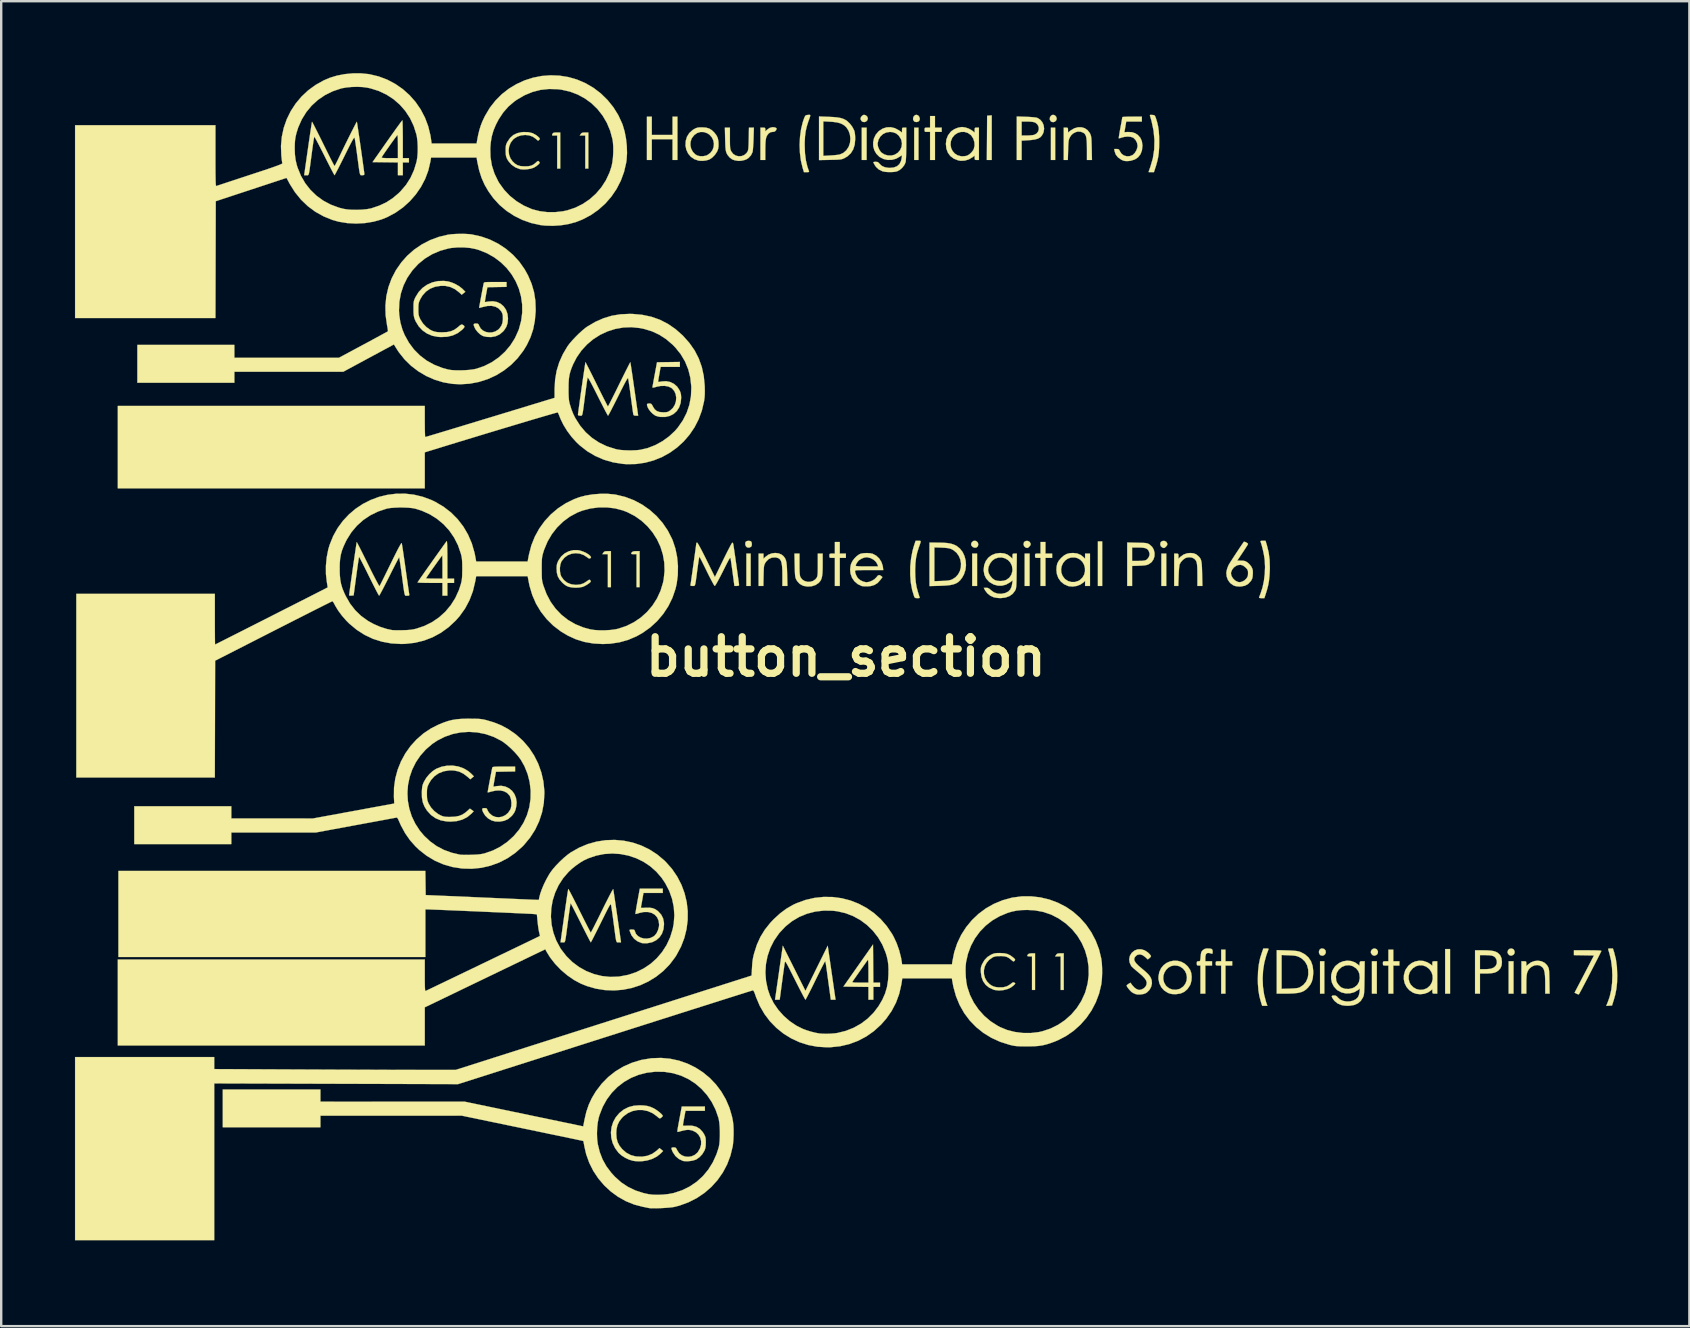
<source format=kicad_pcb>
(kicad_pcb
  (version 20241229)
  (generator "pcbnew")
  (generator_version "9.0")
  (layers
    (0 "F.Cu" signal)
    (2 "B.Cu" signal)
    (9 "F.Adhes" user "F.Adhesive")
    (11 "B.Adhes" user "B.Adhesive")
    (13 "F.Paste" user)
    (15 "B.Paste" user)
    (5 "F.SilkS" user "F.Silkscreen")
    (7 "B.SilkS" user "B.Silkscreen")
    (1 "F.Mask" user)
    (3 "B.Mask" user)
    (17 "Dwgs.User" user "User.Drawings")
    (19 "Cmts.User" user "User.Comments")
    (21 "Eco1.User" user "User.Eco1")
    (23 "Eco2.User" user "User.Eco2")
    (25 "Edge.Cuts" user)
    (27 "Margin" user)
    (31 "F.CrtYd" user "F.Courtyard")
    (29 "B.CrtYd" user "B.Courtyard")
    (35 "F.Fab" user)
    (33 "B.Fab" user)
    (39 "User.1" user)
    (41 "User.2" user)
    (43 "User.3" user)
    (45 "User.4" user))
  (footprint "button_section"
    (layer "F.Cu")
    (at 0.25 48.949)
    (property "Reference" "button_section" (at 31.941 -24.638 0) (layer "F.SilkS") (effects (font (size 1.524 1.524) (thickness 0.3))))
    (attr through_hole)
    (fp_poly (pts (xy 27.974 -27.587) (xy 27.796 -27.587) (xy 27.796 -28.935) (xy 27.974 -28.935) (xy 27.974 -27.587)) (stroke (width 0.01) (type solid)) (fill yes) (layer "F.SilkS"))
    (fp_poly (pts (xy 32.805 -45.334) (xy 32.602 -45.334) (xy 32.602 -46.682) (xy 32.805 -46.682) (xy 32.805 -45.334)) (stroke (width 0.01) (type solid)) (fill yes) (layer "F.SilkS"))
    (fp_poly (pts (xy 34.966 -45.334) (xy 34.788 -45.334) (xy 34.788 -46.682) (xy 34.966 -46.682) (xy 34.966 -45.334)) (stroke (width 0.01) (type solid)) (fill yes) (layer "F.SilkS"))
    (fp_poly (pts (xy 37.407 -27.587) (xy 37.204 -27.587) (xy 37.204 -28.935) (xy 37.407 -28.935) (xy 37.407 -27.587)) (stroke (width 0.01) (type solid)) (fill yes) (layer "F.SilkS"))
    (fp_poly (pts (xy 39.594 -27.587) (xy 39.39 -27.587) (xy 39.39 -28.935) (xy 39.594 -28.935) (xy 39.594 -27.587)) (stroke (width 0.01) (type solid)) (fill yes) (layer "F.SilkS"))
    (fp_poly (pts (xy 40.661 -45.334) (xy 40.483 -45.334) (xy 40.483 -46.682) (xy 40.661 -46.682) (xy 40.661 -45.334)) (stroke (width 0.01) (type solid)) (fill yes) (layer "F.SilkS"))
    (fp_poly (pts (xy 42.619 -27.587) (xy 42.441 -27.587) (xy 42.441 -29.443) (xy 42.619 -29.443) (xy 42.619 -27.587)) (stroke (width 0.01) (type solid)) (fill yes) (layer "F.SilkS"))
    (fp_poly (pts (xy 45.289 -27.587) (xy 45.085 -27.587) (xy 45.085 -28.935) (xy 45.289 -28.935) (xy 45.289 -27.587)) (stroke (width 0.01) (type solid)) (fill yes) (layer "F.SilkS"))
    (fp_poly (pts (xy 51.874 -10.603) (xy 51.696 -10.603) (xy 51.696 -11.951) (xy 51.874 -11.951) (xy 51.874 -10.603)) (stroke (width 0.01) (type solid)) (fill yes) (layer "F.SilkS"))
    (fp_poly (pts (xy 54.061 -10.603) (xy 53.857 -10.603) (xy 53.857 -11.951) (xy 54.061 -11.951) (xy 54.061 -10.603)) (stroke (width 0.01) (type solid)) (fill yes) (layer "F.SilkS"))
    (fp_poly (pts (xy 57.112 -10.603) (xy 56.908 -10.603) (xy 56.908 -12.459) (xy 57.112 -12.459) (xy 57.112 -10.603)) (stroke (width 0.01) (type solid)) (fill yes) (layer "F.SilkS"))
    (fp_poly (pts (xy 59.756 -10.603) (xy 59.553 -10.603) (xy 59.553 -11.951) (xy 59.756 -11.951) (xy 59.756 -10.603)) (stroke (width 0.01) (type solid)) (fill yes) (layer "F.SilkS"))
    (fp_poly (pts (xy 38.017 -45.334) (xy 37.813 -45.334) (xy 37.82 -46.256) (xy 37.826 -47.178) (xy 37.922 -47.186) (xy 38.017 -47.193) (xy 38.017 -45.334)) (stroke (width 0.01) (type solid)) (fill yes) (layer "F.SilkS"))
    (fp_poly (pts (xy 21.211 -44.978) (xy 21.084 -44.978) (xy 21.084 -46.351) (xy 20.854 -46.351) (xy 20.895 -46.415) (xy 20.928 -46.453) (xy 20.971 -46.472) (xy 21.042 -46.478) (xy 21.074 -46.478) (xy 21.211 -46.478) (xy 21.211 -44.978)) (stroke (width 0.01) (type solid)) (fill yes) (layer "F.SilkS"))
    (fp_poly (pts (xy 22.152 -27.536) (xy 22.025 -27.536) (xy 22.025 -28.909) (xy 21.795 -28.909) (xy 21.836 -28.973) (xy 21.868 -29.011) (xy 21.912 -29.03) (xy 21.983 -29.036) (xy 22.015 -29.037) (xy 22.152 -29.037) (xy 22.152 -27.536)) (stroke (width 0.01) (type solid)) (fill yes) (layer "F.SilkS"))
    (fp_poly (pts (xy 41.017 -10.756) (xy 40.89 -10.756) (xy 40.89 -12.154) (xy 40.66 -12.154) (xy 40.702 -12.218) (xy 40.734 -12.256) (xy 40.777 -12.275) (xy 40.848 -12.281) (xy 40.88 -12.281) (xy 41.017 -12.281) (xy 41.017 -10.756)) (stroke (width 0.01) (type solid)) (fill yes) (layer "F.SilkS"))
    (fp_poly (pts (xy 23.347 -27.536) (xy 23.22 -27.536) (xy 23.22 -28.909) (xy 23.105 -28.909) (xy 23.029 -28.913) (xy 22.997 -28.928) (xy 23.005 -28.961) (xy 23.026 -28.992) (xy 23.064 -29.02) (xy 23.131 -29.034) (xy 23.203 -29.037) (xy 23.347 -29.037) (xy 23.347 -27.536)) (stroke (width 0.01) (type solid)) (fill yes) (layer "F.SilkS"))
    (fp_poly (pts (xy 23.855 -46.377) (xy 24.72 -46.377) (xy 24.72 -47.14) (xy 24.923 -47.14) (xy 24.923 -45.334) (xy 24.72 -45.334) (xy 24.72 -46.199) (xy 23.855 -46.199) (xy 23.855 -45.334) (xy 23.652 -45.334) (xy 23.652 -47.14) (xy 23.855 -47.14) (xy 23.855 -46.377)) (stroke (width 0.01) (type solid)) (fill yes) (layer "F.SilkS"))
    (fp_poly (pts (xy 39.822 -10.756) (xy 39.695 -10.756) (xy 39.695 -12.154) (xy 39.594 -12.154) (xy 39.522 -12.159) (xy 39.497 -12.176) (xy 39.511 -12.213) (xy 39.527 -12.237) (xy 39.57 -12.267) (xy 39.645 -12.28) (xy 39.692 -12.281) (xy 39.822 -12.281) (xy 39.822 -10.756)) (stroke (width 0.01) (type solid)) (fill yes) (layer "F.SilkS"))
    (fp_poly (pts (xy 20.041 -44.978) (xy 19.914 -44.978) (xy 19.914 -46.351) (xy 19.8 -46.351) (xy 19.731 -46.353) (xy 19.702 -46.362) (xy 19.704 -46.388) (xy 19.715 -46.415) (xy 19.737 -46.451) (xy 19.77 -46.47) (xy 19.828 -46.477) (xy 19.893 -46.478) (xy 20.041 -46.478) (xy 20.041 -44.978)) (stroke (width 0.01) (type solid)) (fill yes) (layer "F.SilkS"))
    (fp_poly (pts (xy 37.389 -29.446) (xy 37.439 -29.392) (xy 37.458 -29.318) (xy 37.438 -29.24) (xy 37.385 -29.191) (xy 37.314 -29.178) (xy 37.236 -29.205) (xy 37.22 -29.216) (xy 37.165 -29.278) (xy 37.159 -29.345) (xy 37.192 -29.412) (xy 37.252 -29.461) (xy 37.322 -29.471) (xy 37.389 -29.446)) (stroke (width 0.01) (type solid)) (fill yes) (layer "F.SilkS"))
    (fp_poly (pts (xy 34.947 -47.194) (xy 34.994 -47.14) (xy 35.019 -47.07) (xy 35.015 -47) (xy 34.977 -46.945) (xy 34.977 -46.944) (xy 34.9 -46.914) (xy 34.821 -46.922) (xy 34.777 -46.951) (xy 34.741 -47.017) (xy 34.743 -47.092) (xy 34.775 -47.16) (xy 34.832 -47.206) (xy 34.882 -47.216) (xy 34.947 -47.194)) (stroke (width 0.01) (type solid)) (fill yes) (layer "F.SilkS"))
    (fp_poly (pts (xy 40.643 -47.199) (xy 40.695 -47.146) (xy 40.708 -47.122) (xy 40.725 -47.048) (xy 40.702 -46.982) (xy 40.652 -46.933) (xy 40.586 -46.91) (xy 40.516 -46.92) (xy 40.473 -46.951) (xy 40.437 -47.016) (xy 40.438 -47.091) (xy 40.469 -47.159) (xy 40.525 -47.205) (xy 40.574 -47.215) (xy 40.643 -47.199)) (stroke (width 0.01) (type solid)) (fill yes) (layer "F.SilkS"))
    (fp_poly (pts (xy 51.861 -12.467) (xy 51.917 -12.412) (xy 51.927 -12.391) (xy 51.936 -12.312) (xy 51.908 -12.246) (xy 51.855 -12.199) (xy 51.79 -12.181) (xy 51.722 -12.198) (xy 51.687 -12.226) (xy 51.651 -12.295) (xy 51.65 -12.37) (xy 51.679 -12.436) (xy 51.733 -12.477) (xy 51.772 -12.485) (xy 51.861 -12.467)) (stroke (width 0.01) (type solid)) (fill yes) (layer "F.SilkS"))
    (fp_poly (pts (xy 54.051 -12.455) (xy 54.069 -12.438) (xy 54.107 -12.366) (xy 54.104 -12.289) (xy 54.064 -12.226) (xy 54.055 -12.219) (xy 53.974 -12.183) (xy 53.901 -12.196) (xy 53.857 -12.23) (xy 53.813 -12.301) (xy 53.817 -12.376) (xy 53.846 -12.428) (xy 53.905 -12.474) (xy 53.98 -12.483) (xy 54.051 -12.455)) (stroke (width 0.01) (type solid)) (fill yes) (layer "F.SilkS"))
    (fp_poly (pts (xy 59.747 -12.455) (xy 59.765 -12.438) (xy 59.802 -12.366) (xy 59.8 -12.289) (xy 59.759 -12.226) (xy 59.75 -12.219) (xy 59.669 -12.183) (xy 59.597 -12.196) (xy 59.553 -12.23) (xy 59.508 -12.301) (xy 59.513 -12.376) (xy 59.541 -12.428) (xy 59.6 -12.474) (xy 59.676 -12.483) (xy 59.747 -12.455)) (stroke (width 0.01) (type solid)) (fill yes) (layer "F.SilkS"))
    (fp_poly (pts (xy 27.963 -29.457) (xy 27.994 -29.438) (xy 28.018 -29.388) (xy 28.024 -29.319) (xy 28.013 -29.253) (xy 27.993 -29.222) (xy 27.913 -29.182) (xy 27.832 -29.192) (xy 27.819 -29.198) (xy 27.772 -29.246) (xy 27.748 -29.319) (xy 27.753 -29.394) (xy 27.772 -29.432) (xy 27.822 -29.459) (xy 27.894 -29.468) (xy 27.963 -29.457)) (stroke (width 0.01) (type solid)) (fill yes) (layer "F.SilkS"))
    (fp_poly (pts (xy 32.773 -47.194) (xy 32.831 -47.14) (xy 32.856 -47.069) (xy 32.856 -47.066) (xy 32.835 -46.989) (xy 32.782 -46.936) (xy 32.712 -46.912) (xy 32.64 -46.923) (xy 32.593 -46.957) (xy 32.559 -47.016) (xy 32.551 -47.059) (xy 32.571 -47.123) (xy 32.62 -47.18) (xy 32.68 -47.213) (xy 32.698 -47.216) (xy 32.773 -47.194)) (stroke (width 0.01) (type solid)) (fill yes) (layer "F.SilkS"))
    (fp_poly (pts (xy 39.589 -29.43) (xy 39.605 -29.412) (xy 39.639 -29.346) (xy 39.633 -29.29) (xy 39.584 -29.228) (xy 39.582 -29.226) (xy 39.531 -29.18) (xy 39.491 -29.168) (xy 39.439 -29.185) (xy 39.416 -29.196) (xy 39.364 -29.248) (xy 39.342 -29.32) (xy 39.355 -29.394) (xy 39.378 -29.428) (xy 39.445 -29.464) (xy 39.523 -29.464) (xy 39.589 -29.43)) (stroke (width 0.01) (type solid)) (fill yes) (layer "F.SilkS"))
    (fp_poly (pts (xy 45.285 -29.43) (xy 45.3 -29.412) (xy 45.334 -29.346) (xy 45.328 -29.29) (xy 45.279 -29.228) (xy 45.277 -29.226) (xy 45.226 -29.18) (xy 45.186 -29.168) (xy 45.135 -29.185) (xy 45.111 -29.196) (xy 45.059 -29.248) (xy 45.038 -29.32) (xy 45.05 -29.394) (xy 45.073 -29.428) (xy 45.14 -29.464) (xy 45.218 -29.464) (xy 45.285 -29.43)) (stroke (width 0.01) (type solid)) (fill yes) (layer "F.SilkS"))
    (fp_poly (pts (xy 31.686 -28.935) (xy 31.941 -28.935) (xy 31.941 -28.757) (xy 31.686 -28.757) (xy 31.686 -27.587) (xy 31.483 -27.587) (xy 31.483 -28.757) (xy 31.368 -28.757) (xy 31.298 -28.759) (xy 31.265 -28.772) (xy 31.255 -28.806) (xy 31.254 -28.846) (xy 31.256 -28.901) (xy 31.273 -28.926) (xy 31.318 -28.934) (xy 31.368 -28.935) (xy 31.483 -28.935) (xy 31.483 -29.418) (xy 31.686 -29.418) (xy 31.686 -28.935)) (stroke (width 0.01) (type solid)) (fill yes) (layer "F.SilkS"))
    (fp_poly (pts (xy 35.653 -46.682) (xy 35.932 -46.682) (xy 35.932 -46.504) (xy 35.653 -46.504) (xy 35.653 -45.334) (xy 35.449 -45.334) (xy 35.449 -46.504) (xy 35.335 -46.504) (xy 35.264 -46.506) (xy 35.231 -46.519) (xy 35.221 -46.553) (xy 35.22 -46.593) (xy 35.223 -46.648) (xy 35.239 -46.673) (xy 35.284 -46.681) (xy 35.335 -46.682) (xy 35.449 -46.682) (xy 35.449 -47.165) (xy 35.653 -47.165) (xy 35.653 -46.682)) (stroke (width 0.01) (type solid)) (fill yes) (layer "F.SilkS"))
    (fp_poly (pts (xy 40.255 -28.935) (xy 40.534 -28.935) (xy 40.534 -28.757) (xy 40.255 -28.757) (xy 40.255 -27.587) (xy 40.051 -27.587) (xy 40.051 -28.757) (xy 39.937 -28.757) (xy 39.866 -28.759) (xy 39.833 -28.772) (xy 39.823 -28.806) (xy 39.822 -28.846) (xy 39.825 -28.901) (xy 39.841 -28.926) (xy 39.886 -28.934) (xy 39.937 -28.935) (xy 40.051 -28.935) (xy 40.051 -29.418) (xy 40.255 -29.418) (xy 40.255 -28.935)) (stroke (width 0.01) (type solid)) (fill yes) (layer "F.SilkS"))
    (fp_poly (pts (xy 47.755 -11.951) (xy 48.035 -11.951) (xy 48.035 -11.773) (xy 47.755 -11.773) (xy 47.755 -10.603) (xy 47.577 -10.603) (xy 47.577 -11.773) (xy 47.463 -11.773) (xy 47.392 -11.775) (xy 47.359 -11.788) (xy 47.349 -11.822) (xy 47.348 -11.862) (xy 47.351 -11.916) (xy 47.367 -11.942) (xy 47.412 -11.95) (xy 47.463 -11.951) (xy 47.577 -11.951) (xy 47.577 -12.434) (xy 47.755 -12.434) (xy 47.755 -11.951)) (stroke (width 0.01) (type solid)) (fill yes) (layer "F.SilkS"))
    (fp_poly (pts (xy 54.747 -11.951) (xy 55.001 -11.951) (xy 55.001 -11.773) (xy 54.747 -11.773) (xy 54.747 -10.603) (xy 54.544 -10.603) (xy 54.544 -11.773) (xy 54.429 -11.773) (xy 54.359 -11.775) (xy 54.326 -11.788) (xy 54.316 -11.822) (xy 54.315 -11.862) (xy 54.317 -11.916) (xy 54.334 -11.942) (xy 54.378 -11.95) (xy 54.429 -11.951) (xy 54.544 -11.951) (xy 54.544 -12.434) (xy 54.747 -12.434) (xy 54.747 -11.951)) (stroke (width 0.01) (type solid)) (fill yes) (layer "F.SilkS"))
    (fp_poly (pts (xy 49.52 -12.482) (xy 49.55 -12.472) (xy 49.549 -12.448) (xy 49.546 -12.44) (xy 49.529 -12.396) (xy 49.5 -12.319) (xy 49.466 -12.222) (xy 49.455 -12.192) (xy 49.374 -11.893) (xy 49.323 -11.569) (xy 49.305 -11.232) (xy 49.318 -10.894) (xy 49.364 -10.57) (xy 49.441 -10.272) (xy 49.442 -10.268) (xy 49.501 -10.095) (xy 49.285 -10.095) (xy 49.233 -10.254) (xy 49.17 -10.486) (xy 49.128 -10.732) (xy 49.107 -11.004) (xy 49.103 -11.21) (xy 49.113 -11.532) (xy 49.145 -11.819) (xy 49.2 -12.085) (xy 49.282 -12.342) (xy 49.285 -12.351) (xy 49.335 -12.485) (xy 49.45 -12.485) (xy 49.52 -12.482)) (stroke (width 0.01) (type solid)) (fill yes) (layer "F.SilkS"))
    (fp_poly (pts (xy 63.948 -12.326) (xy 64.02 -12.044) (xy 64.064 -11.722) (xy 64.078 -11.36) (xy 64.078 -11.353) (xy 64.07 -11.063) (xy 64.043 -10.804) (xy 63.995 -10.558) (xy 63.931 -10.33) (xy 63.86 -10.107) (xy 63.62 -10.092) (xy 63.674 -10.227) (xy 63.713 -10.33) (xy 63.75 -10.439) (xy 63.765 -10.484) (xy 63.827 -10.752) (xy 63.863 -11.049) (xy 63.874 -11.363) (xy 63.86 -11.677) (xy 63.821 -11.98) (xy 63.757 -12.255) (xy 63.749 -12.284) (xy 63.723 -12.369) (xy 63.704 -12.435) (xy 63.697 -12.466) (xy 63.72 -12.478) (xy 63.776 -12.484) (xy 63.796 -12.485) (xy 63.896 -12.485) (xy 63.948 -12.326)) (stroke (width 0.01) (type solid)) (fill yes) (layer "F.SilkS"))
    (fp_poly (pts (xy 28.952 -46.696) (xy 29.027 -46.675) (xy 29.056 -46.643) (xy 29.042 -46.593) (xy 29.027 -46.568) (xy 28.983 -46.522) (xy 28.92 -46.505) (xy 28.888 -46.504) (xy 28.802 -46.49) (xy 28.73 -46.442) (xy 28.718 -46.431) (xy 28.672 -46.376) (xy 28.637 -46.313) (xy 28.613 -46.232) (xy 28.597 -46.127) (xy 28.588 -45.99) (xy 28.585 -45.812) (xy 28.584 -45.745) (xy 28.584 -45.334) (xy 28.381 -45.334) (xy 28.381 -46.682) (xy 28.483 -46.682) (xy 28.548 -46.679) (xy 28.577 -46.663) (xy 28.584 -46.622) (xy 28.584 -46.605) (xy 28.584 -46.527) (xy 28.653 -46.591) (xy 28.768 -46.671) (xy 28.885 -46.701) (xy 28.952 -46.696)) (stroke (width 0.01) (type solid)) (fill yes) (layer "F.SilkS"))
    (fp_poly (pts (xy 63.046 -12.407) (xy 63.207 -12.404) (xy 63.324 -12.399) (xy 63.395 -12.391) (xy 63.417 -12.383) (xy 63.406 -12.356) (xy 63.374 -12.291) (xy 63.324 -12.192) (xy 63.261 -12.066) (xy 63.185 -11.919) (xy 63.102 -11.756) (xy 63.013 -11.584) (xy 62.922 -11.408) (xy 62.832 -11.234) (xy 62.745 -11.069) (xy 62.666 -10.918) (xy 62.597 -10.787) (xy 62.541 -10.683) (xy 62.501 -10.61) (xy 62.481 -10.575) (xy 62.48 -10.573) (xy 62.449 -10.573) (xy 62.394 -10.593) (xy 62.382 -10.599) (xy 62.3 -10.642) (xy 62.704 -11.417) (xy 63.108 -12.192) (xy 62.273 -12.206) (xy 62.273 -12.408) (xy 62.845 -12.408) (xy 63.046 -12.407)) (stroke (width 0.01) (type solid)) (fill yes) (layer "F.SilkS"))
    (fp_poly (pts (xy 30.444 -47.213) (xy 30.457 -47.197) (xy 30.453 -47.16) (xy 30.432 -47.092) (xy 30.394 -46.986) (xy 30.38 -46.949) (xy 30.313 -46.736) (xy 30.266 -46.529) (xy 30.238 -46.309) (xy 30.226 -46.063) (xy 30.225 -45.957) (xy 30.237 -45.618) (xy 30.275 -45.318) (xy 30.338 -45.051) (xy 30.402 -44.87) (xy 30.407 -44.843) (xy 30.384 -44.83) (xy 30.322 -44.826) (xy 30.307 -44.826) (xy 30.194 -44.826) (xy 30.138 -45.01) (xy 30.067 -45.308) (xy 30.026 -45.631) (xy 30.013 -45.965) (xy 30.03 -46.298) (xy 30.074 -46.619) (xy 30.147 -46.916) (xy 30.194 -47.053) (xy 30.227 -47.134) (xy 30.255 -47.18) (xy 30.288 -47.201) (xy 30.341 -47.209) (xy 30.363 -47.211) (xy 30.413 -47.215) (xy 30.444 -47.213)) (stroke (width 0.01) (type solid)) (fill yes) (layer "F.SilkS"))
    (fp_poly (pts (xy 44.69 -47.212) (xy 44.705 -47.211) (xy 44.768 -47.204) (xy 44.806 -47.186) (xy 44.832 -47.145) (xy 44.859 -47.071) (xy 44.913 -46.893) (xy 44.952 -46.719) (xy 44.977 -46.535) (xy 44.991 -46.328) (xy 44.995 -46.084) (xy 44.991 -45.847) (xy 44.978 -45.645) (xy 44.954 -45.463) (xy 44.916 -45.286) (xy 44.863 -45.098) (xy 44.839 -45.023) (xy 44.774 -44.826) (xy 44.663 -44.826) (xy 44.595 -44.827) (xy 44.556 -44.831) (xy 44.552 -44.834) (xy 44.56 -44.859) (xy 44.581 -44.921) (xy 44.612 -45.008) (xy 44.626 -45.046) (xy 44.73 -45.404) (xy 44.787 -45.778) (xy 44.797 -46.165) (xy 44.759 -46.56) (xy 44.674 -46.961) (xy 44.611 -47.173) (xy 44.607 -47.201) (xy 44.63 -47.213) (xy 44.69 -47.212)) (stroke (width 0.01) (type solid)) (fill yes) (layer "F.SilkS"))
    (fp_poly (pts (xy 35.044 -29.465) (xy 35.058 -29.448) (xy 35.054 -29.409) (xy 35.032 -29.341) (xy 34.994 -29.235) (xy 34.982 -29.202) (xy 34.912 -28.979) (xy 34.865 -28.759) (xy 34.838 -28.525) (xy 34.828 -28.261) (xy 34.828 -28.223) (xy 34.834 -27.966) (xy 34.853 -27.744) (xy 34.887 -27.542) (xy 34.939 -27.345) (xy 34.957 -27.288) (xy 34.985 -27.198) (xy 35.007 -27.129) (xy 35.017 -27.093) (xy 35.017 -27.091) (xy 34.994 -27.083) (xy 34.938 -27.079) (xy 34.915 -27.079) (xy 34.845 -27.084) (xy 34.807 -27.106) (xy 34.785 -27.149) (xy 34.701 -27.425) (xy 34.645 -27.731) (xy 34.62 -28.059) (xy 34.623 -28.395) (xy 34.657 -28.732) (xy 34.719 -29.057) (xy 34.781 -29.272) (xy 34.846 -29.469) (xy 34.96 -29.469) (xy 35.012 -29.469) (xy 35.044 -29.465)) (stroke (width 0.01) (type solid)) (fill yes) (layer "F.SilkS"))
    (fp_poly (pts (xy 49.481 -29.284) (xy 49.554 -28.989) (xy 49.595 -28.681) (xy 49.605 -28.347) (xy 49.602 -28.223) (xy 49.589 -27.996) (xy 49.568 -27.801) (xy 49.536 -27.62) (xy 49.488 -27.434) (xy 49.444 -27.289) (xy 49.376 -27.079) (xy 49.265 -27.079) (xy 49.198 -27.082) (xy 49.158 -27.091) (xy 49.154 -27.096) (xy 49.162 -27.126) (xy 49.185 -27.19) (xy 49.218 -27.274) (xy 49.219 -27.276) (xy 49.297 -27.518) (xy 49.356 -27.792) (xy 49.392 -28.084) (xy 49.404 -28.377) (xy 49.391 -28.657) (xy 49.384 -28.714) (xy 49.364 -28.847) (xy 49.335 -28.996) (xy 49.301 -29.146) (xy 49.265 -29.282) (xy 49.232 -29.389) (xy 49.218 -29.424) (xy 49.213 -29.452) (xy 49.235 -29.465) (xy 49.296 -29.469) (xy 49.312 -29.469) (xy 49.425 -29.469) (xy 49.481 -29.284)) (stroke (width 0.01) (type solid)) (fill yes) (layer "F.SilkS"))
    (fp_poly (pts (xy 33.079 -11.855) (xy 33.085 -11.061) (xy 33.364 -11.061) (xy 33.364 -10.883) (xy 33.085 -10.883) (xy 33.085 -10.349) (xy 32.881 -10.349) (xy 32.881 -10.882) (xy 31.839 -10.896) (xy 31.978 -11.093) (xy 32.21 -11.093) (xy 32.214 -11.079) (xy 32.245 -11.07) (xy 32.31 -11.064) (xy 32.416 -11.061) (xy 32.536 -11.061) (xy 32.881 -11.061) (xy 32.881 -11.549) (xy 32.88 -11.71) (xy 32.877 -11.843) (xy 32.872 -11.941) (xy 32.866 -11.999) (xy 32.859 -12.013) (xy 32.838 -11.986) (xy 32.794 -11.925) (xy 32.732 -11.838) (xy 32.656 -11.731) (xy 32.573 -11.613) (xy 32.487 -11.491) (xy 32.404 -11.373) (xy 32.33 -11.267) (xy 32.269 -11.179) (xy 32.227 -11.118) (xy 32.21 -11.093) (xy 31.978 -11.093) (xy 32.455 -11.773) (xy 33.072 -12.65) (xy 33.079 -11.855)) (stroke (width 0.01) (type solid)) (fill yes) (layer "F.SilkS"))
    (fp_poly (pts (xy 47.107 -12.48) (xy 47.173 -12.465) (xy 47.208 -12.434) (xy 47.22 -12.381) (xy 47.221 -12.352) (xy 47.218 -12.288) (xy 47.204 -12.264) (xy 47.177 -12.268) (xy 47.067 -12.298) (xy 46.99 -12.291) (xy 46.941 -12.243) (xy 46.919 -12.152) (xy 46.916 -12.089) (xy 46.916 -11.951) (xy 47.196 -11.951) (xy 47.196 -11.773) (xy 46.916 -11.773) (xy 46.916 -10.603) (xy 46.713 -10.603) (xy 46.713 -11.773) (xy 46.636 -11.773) (xy 46.585 -11.778) (xy 46.564 -11.803) (xy 46.56 -11.862) (xy 46.564 -11.922) (xy 46.586 -11.946) (xy 46.633 -11.951) (xy 46.669 -11.953) (xy 46.692 -11.965) (xy 46.705 -11.999) (xy 46.714 -12.065) (xy 46.721 -12.148) (xy 46.732 -12.251) (xy 46.745 -12.318) (xy 46.768 -12.365) (xy 46.805 -12.406) (xy 46.814 -12.415) (xy 46.89 -12.466) (xy 46.976 -12.484) (xy 46.999 -12.484) (xy 47.107 -12.48)) (stroke (width 0.01) (type solid)) (fill yes) (layer "F.SilkS"))
    (fp_poly (pts (xy 29.138 -28.945) (xy 29.263 -28.893) (xy 29.34 -28.83) (xy 29.385 -28.774) (xy 29.421 -28.714) (xy 29.447 -28.643) (xy 29.466 -28.551) (xy 29.479 -28.433) (xy 29.488 -28.279) (xy 29.494 -28.082) (xy 29.494 -28.077) (xy 29.506 -27.587) (xy 29.296 -27.587) (xy 29.296 -28.008) (xy 29.294 -28.226) (xy 29.284 -28.399) (xy 29.265 -28.531) (xy 29.236 -28.629) (xy 29.193 -28.697) (xy 29.135 -28.741) (xy 29.059 -28.767) (xy 28.994 -28.776) (xy 28.854 -28.766) (xy 28.728 -28.709) (xy 28.624 -28.607) (xy 28.588 -28.554) (xy 28.563 -28.509) (xy 28.545 -28.466) (xy 28.533 -28.417) (xy 28.524 -28.35) (xy 28.519 -28.259) (xy 28.515 -28.132) (xy 28.512 -28.013) (xy 28.503 -27.587) (xy 28.305 -27.587) (xy 28.305 -28.935) (xy 28.508 -28.935) (xy 28.508 -28.722) (xy 28.591 -28.801) (xy 28.712 -28.89) (xy 28.851 -28.943) (xy 28.997 -28.962) (xy 29.138 -28.945)) (stroke (width 0.01) (type solid)) (fill yes) (layer "F.SilkS"))
    (fp_poly (pts (xy 39.447 -47.133) (xy 39.589 -47.127) (xy 39.718 -47.118) (xy 39.824 -47.107) (xy 39.894 -47.095) (xy 39.911 -47.09) (xy 40.032 -47.017) (xy 40.124 -46.91) (xy 40.181 -46.78) (xy 40.2 -46.638) (xy 40.177 -46.494) (xy 40.156 -46.44) (xy 40.102 -46.346) (xy 40.034 -46.275) (xy 39.943 -46.224) (xy 39.822 -46.189) (xy 39.663 -46.166) (xy 39.545 -46.157) (xy 39.263 -46.14) (xy 39.263 -45.334) (xy 39.06 -45.334) (xy 39.06 -46.936) (xy 39.263 -46.936) (xy 39.263 -46.351) (xy 39.485 -46.353) (xy 39.599 -46.357) (xy 39.703 -46.367) (xy 39.78 -46.38) (xy 39.795 -46.385) (xy 39.891 -46.441) (xy 39.953 -46.524) (xy 39.98 -46.62) (xy 39.97 -46.72) (xy 39.925 -46.811) (xy 39.843 -46.883) (xy 39.809 -46.9) (xy 39.73 -46.92) (xy 39.615 -46.932) (xy 39.493 -46.936) (xy 39.263 -46.936) (xy 39.06 -46.936) (xy 39.06 -47.146) (xy 39.447 -47.133)) (stroke (width 0.01) (type solid)) (fill yes) (layer "F.SilkS"))
    (fp_poly (pts (xy 58.478 -12.408) (xy 58.669 -12.404) (xy 58.818 -12.393) (xy 58.933 -12.374) (xy 59.024 -12.344) (xy 59.099 -12.302) (xy 59.116 -12.289) (xy 59.203 -12.197) (xy 59.255 -12.079) (xy 59.273 -11.926) (xy 59.273 -11.912) (xy 59.259 -11.772) (xy 59.212 -11.661) (xy 59.126 -11.565) (xy 59.12 -11.561) (xy 59.045 -11.509) (xy 58.956 -11.474) (xy 58.843 -11.453) (xy 58.696 -11.443) (xy 58.605 -11.442) (xy 58.358 -11.442) (xy 58.358 -10.603) (xy 58.154 -10.603) (xy 58.154 -12.205) (xy 58.358 -12.205) (xy 58.358 -11.62) (xy 58.542 -11.621) (xy 58.651 -11.624) (xy 58.756 -11.633) (xy 58.828 -11.645) (xy 58.941 -11.693) (xy 59.02 -11.77) (xy 59.061 -11.869) (xy 59.058 -11.979) (xy 59.031 -12.053) (xy 58.985 -12.118) (xy 58.922 -12.163) (xy 58.832 -12.19) (xy 58.706 -12.203) (xy 58.6 -12.205) (xy 58.358 -12.205) (xy 58.154 -12.205) (xy 58.154 -12.408) (xy 58.478 -12.408)) (stroke (width 0.01) (type solid)) (fill yes) (layer "F.SilkS"))
    (fp_poly (pts (xy 44.077 -29.388) (xy 44.231 -29.385) (xy 44.344 -29.381) (xy 44.425 -29.375) (xy 44.482 -29.365) (xy 44.526 -29.351) (xy 44.565 -29.331) (xy 44.6 -29.308) (xy 44.704 -29.212) (xy 44.771 -29.092) (xy 44.802 -28.96) (xy 44.798 -28.824) (xy 44.757 -28.695) (xy 44.681 -28.584) (xy 44.577 -28.504) (xy 44.52 -28.476) (xy 44.46 -28.457) (xy 44.385 -28.444) (xy 44.283 -28.436) (xy 44.164 -28.431) (xy 43.865 -28.42) (xy 43.865 -27.587) (xy 43.662 -27.587) (xy 43.662 -28.63) (xy 43.865 -28.63) (xy 44.121 -28.63) (xy 44.277 -28.634) (xy 44.387 -28.647) (xy 44.448 -28.667) (xy 44.506 -28.714) (xy 44.557 -28.784) (xy 44.564 -28.798) (xy 44.591 -28.871) (xy 44.592 -28.936) (xy 44.578 -28.991) (xy 44.545 -29.07) (xy 44.493 -29.126) (xy 44.417 -29.162) (xy 44.307 -29.182) (xy 44.156 -29.189) (xy 44.126 -29.189) (xy 43.865 -29.189) (xy 43.865 -28.63) (xy 43.662 -28.63) (xy 43.662 -29.397) (xy 44.077 -29.388)) (stroke (width 0.01) (type solid)) (fill yes) (layer "F.SilkS"))
    (fp_poly (pts (xy 41.891 -46.658) (xy 42.008 -46.579) (xy 42.1 -46.461) (xy 42.113 -46.436) (xy 42.134 -46.389) (xy 42.15 -46.342) (xy 42.161 -46.286) (xy 42.169 -46.211) (xy 42.175 -46.111) (xy 42.179 -45.976) (xy 42.183 -45.824) (xy 42.193 -45.334) (xy 41.984 -45.334) (xy 41.984 -45.779) (xy 41.981 -45.978) (xy 41.974 -46.133) (xy 41.961 -46.251) (xy 41.94 -46.337) (xy 41.909 -46.4) (xy 41.869 -46.445) (xy 41.845 -46.462) (xy 41.726 -46.512) (xy 41.597 -46.516) (xy 41.512 -46.492) (xy 41.405 -46.436) (xy 41.328 -46.364) (xy 41.264 -46.262) (xy 41.244 -46.217) (xy 41.228 -46.165) (xy 41.218 -46.098) (xy 41.21 -46.005) (xy 41.204 -45.879) (xy 41.2 -45.747) (xy 41.189 -45.334) (xy 41.017 -45.334) (xy 41.017 -46.682) (xy 41.106 -46.682) (xy 41.163 -46.679) (xy 41.189 -46.66) (xy 41.195 -46.61) (xy 41.195 -46.58) (xy 41.195 -46.479) (xy 41.311 -46.567) (xy 41.457 -46.653) (xy 41.608 -46.696) (xy 41.755 -46.698) (xy 41.891 -46.658)) (stroke (width 0.01) (type solid)) (fill yes) (layer "F.SilkS"))
    (fp_poly (pts (xy 60.917 -11.952) (xy 61.043 -11.893) (xy 61.145 -11.797) (xy 61.18 -11.746) (xy 61.201 -11.705) (xy 61.218 -11.666) (xy 61.229 -11.619) (xy 61.238 -11.558) (xy 61.243 -11.473) (xy 61.247 -11.357) (xy 61.25 -11.202) (xy 61.252 -11.118) (xy 61.26 -10.603) (xy 61.078 -10.603) (xy 61.078 -10.981) (xy 61.075 -11.19) (xy 61.067 -11.356) (xy 61.052 -11.483) (xy 61.029 -11.58) (xy 60.996 -11.652) (xy 60.959 -11.701) (xy 60.863 -11.768) (xy 60.749 -11.793) (xy 60.628 -11.777) (xy 60.511 -11.722) (xy 60.434 -11.658) (xy 60.383 -11.598) (xy 60.346 -11.532) (xy 60.319 -11.452) (xy 60.302 -11.349) (xy 60.293 -11.215) (xy 60.29 -11.041) (xy 60.29 -10.988) (xy 60.29 -10.603) (xy 60.086 -10.603) (xy 60.086 -11.951) (xy 60.188 -11.951) (xy 60.253 -11.948) (xy 60.282 -11.931) (xy 60.29 -11.885) (xy 60.29 -11.85) (xy 60.29 -11.75) (xy 60.36 -11.816) (xy 60.488 -11.908) (xy 60.63 -11.96) (xy 60.776 -11.975) (xy 60.917 -11.952)) (stroke (width 0.01) (type solid)) (fill yes) (layer "F.SilkS"))
    (fp_poly (pts (xy 30.008 -28.487) (xy 30.009 -28.314) (xy 30.012 -28.184) (xy 30.018 -28.089) (xy 30.028 -28.021) (xy 30.041 -27.972) (xy 30.049 -27.954) (xy 30.12 -27.858) (xy 30.22 -27.793) (xy 30.337 -27.761) (xy 30.459 -27.762) (xy 30.575 -27.797) (xy 30.673 -27.865) (xy 30.721 -27.925) (xy 30.739 -27.959) (xy 30.752 -27.999) (xy 30.761 -28.053) (xy 30.767 -28.129) (xy 30.77 -28.236) (xy 30.771 -28.381) (xy 30.771 -28.471) (xy 30.771 -28.935) (xy 30.974 -28.935) (xy 30.974 -28.495) (xy 30.972 -28.289) (xy 30.965 -28.127) (xy 30.951 -28.001) (xy 30.929 -27.903) (xy 30.897 -27.826) (xy 30.852 -27.762) (xy 30.798 -27.706) (xy 30.669 -27.622) (xy 30.514 -27.573) (xy 30.347 -27.561) (xy 30.182 -27.589) (xy 30.152 -27.599) (xy 30.023 -27.668) (xy 29.92 -27.777) (xy 29.873 -27.854) (xy 29.854 -27.895) (xy 29.84 -27.94) (xy 29.829 -27.997) (xy 29.822 -28.076) (xy 29.816 -28.183) (xy 29.812 -28.328) (xy 29.809 -28.445) (xy 29.799 -28.935) (xy 30.008 -28.935) (xy 30.008 -28.487)) (stroke (width 0.01) (type solid)) (fill yes) (layer "F.SilkS"))
    (fp_poly (pts (xy 46.429 -28.947) (xy 46.538 -28.903) (xy 46.636 -28.821) (xy 46.641 -28.816) (xy 46.683 -28.768) (xy 46.715 -28.718) (xy 46.739 -28.658) (xy 46.756 -28.581) (xy 46.768 -28.48) (xy 46.776 -28.346) (xy 46.781 -28.172) (xy 46.783 -28.09) (xy 46.794 -27.587) (xy 46.586 -27.587) (xy 46.586 -28.046) (xy 46.584 -28.236) (xy 46.579 -28.382) (xy 46.569 -28.493) (xy 46.553 -28.575) (xy 46.528 -28.636) (xy 46.493 -28.684) (xy 46.447 -28.726) (xy 46.445 -28.727) (xy 46.358 -28.769) (xy 46.248 -28.783) (xy 46.137 -28.768) (xy 46.082 -28.746) (xy 45.986 -28.677) (xy 45.9 -28.583) (xy 45.847 -28.49) (xy 45.836 -28.439) (xy 45.825 -28.348) (xy 45.815 -28.227) (xy 45.807 -28.087) (xy 45.804 -28.001) (xy 45.79 -27.587) (xy 45.619 -27.587) (xy 45.619 -28.935) (xy 45.708 -28.935) (xy 45.764 -28.932) (xy 45.79 -28.914) (xy 45.797 -28.867) (xy 45.797 -28.828) (xy 45.797 -28.722) (xy 45.88 -28.801) (xy 46.012 -28.897) (xy 46.164 -28.949) (xy 46.294 -28.96) (xy 46.429 -28.947)) (stroke (width 0.01) (type solid)) (fill yes) (layer "F.SilkS"))
    (fp_poly (pts (xy 35.786 -29.392) (xy 36 -29.388) (xy 36.174 -29.374) (xy 36.315 -29.35) (xy 36.434 -29.313) (xy 36.54 -29.263) (xy 36.551 -29.257) (xy 36.692 -29.146) (xy 36.804 -29.001) (xy 36.884 -28.831) (xy 36.932 -28.644) (xy 36.945 -28.449) (xy 36.922 -28.255) (xy 36.861 -28.069) (xy 36.784 -27.931) (xy 36.708 -27.831) (xy 36.627 -27.753) (xy 36.534 -27.695) (xy 36.421 -27.652) (xy 36.282 -27.623) (xy 36.108 -27.605) (xy 35.891 -27.594) (xy 35.862 -27.593) (xy 35.424 -27.581) (xy 35.424 -27.785) (xy 35.627 -27.785) (xy 35.939 -27.796) (xy 36.09 -27.803) (xy 36.202 -27.814) (xy 36.287 -27.831) (xy 36.356 -27.854) (xy 36.365 -27.858) (xy 36.507 -27.948) (xy 36.616 -28.067) (xy 36.69 -28.208) (xy 36.731 -28.363) (xy 36.737 -28.524) (xy 36.71 -28.683) (xy 36.649 -28.833) (xy 36.555 -28.966) (xy 36.427 -29.074) (xy 36.339 -29.122) (xy 36.268 -29.147) (xy 36.179 -29.165) (xy 36.062 -29.177) (xy 35.926 -29.184) (xy 35.627 -29.195) (xy 35.627 -27.785) (xy 35.424 -27.785) (xy 35.424 -29.393) (xy 35.786 -29.392)) (stroke (width 0.01) (type solid)) (fill yes) (layer "F.SilkS"))
    (fp_poly (pts (xy 13.467 -46.962) (xy 13.472 -46.893) (xy 13.475 -46.785) (xy 13.478 -46.645) (xy 13.48 -46.479) (xy 13.482 -46.292) (xy 13.482 -46.199) (xy 13.482 -45.411) (xy 13.736 -45.411) (xy 13.736 -45.233) (xy 13.482 -45.233) (xy 13.482 -44.699) (xy 13.278 -44.699) (xy 13.278 -45.232) (xy 12.221 -45.245) (xy 12.356 -45.438) (xy 12.597 -45.438) (xy 12.614 -45.426) (xy 12.675 -45.417) (xy 12.784 -45.412) (xy 12.933 -45.411) (xy 13.278 -45.411) (xy 13.278 -45.894) (xy 13.277 -46.044) (xy 13.275 -46.175) (xy 13.271 -46.279) (xy 13.265 -46.349) (xy 13.26 -46.375) (xy 13.259 -46.375) (xy 13.24 -46.355) (xy 13.198 -46.301) (xy 13.137 -46.218) (xy 13.063 -46.116) (xy 12.98 -46.001) (xy 12.895 -45.879) (xy 12.811 -45.76) (xy 12.734 -45.649) (xy 12.67 -45.555) (xy 12.623 -45.483) (xy 12.599 -45.443) (xy 12.597 -45.438) (xy 12.356 -45.438) (xy 12.832 -46.116) (xy 12.963 -46.302) (xy 13.086 -46.474) (xy 13.196 -46.629) (xy 13.292 -46.761) (xy 13.369 -46.867) (xy 13.425 -46.941) (xy 13.457 -46.981) (xy 13.463 -46.986) (xy 13.467 -46.962)) (stroke (width 0.01) (type solid)) (fill yes) (layer "F.SilkS"))
    (fp_poly (pts (xy 50.317 -12.403) (xy 50.486 -12.397) (xy 50.614 -12.389) (xy 50.711 -12.379) (xy 50.787 -12.366) (xy 50.851 -12.348) (xy 50.878 -12.338) (xy 51.064 -12.241) (xy 51.211 -12.113) (xy 51.318 -11.953) (xy 51.386 -11.762) (xy 51.413 -11.541) (xy 51.411 -11.433) (xy 51.393 -11.252) (xy 51.355 -11.105) (xy 51.291 -10.978) (xy 51.199 -10.859) (xy 51.114 -10.777) (xy 51.022 -10.713) (xy 50.915 -10.666) (xy 50.785 -10.634) (xy 50.625 -10.614) (xy 50.427 -10.605) (xy 50.271 -10.603) (xy 49.891 -10.603) (xy 49.891 -10.801) (xy 50.094 -10.801) (xy 50.431 -10.811) (xy 50.585 -10.818) (xy 50.698 -10.827) (xy 50.779 -10.841) (xy 50.838 -10.859) (xy 50.857 -10.868) (xy 51.007 -10.971) (xy 51.116 -11.105) (xy 51.184 -11.267) (xy 51.207 -11.407) (xy 51.202 -11.607) (xy 51.155 -11.785) (xy 51.068 -11.937) (xy 50.943 -12.058) (xy 50.845 -12.117) (xy 50.775 -12.148) (xy 50.708 -12.17) (xy 50.631 -12.184) (xy 50.53 -12.193) (xy 50.398 -12.199) (xy 50.094 -12.212) (xy 50.094 -10.801) (xy 49.891 -10.801) (xy 49.891 -12.415) (xy 50.317 -12.403)) (stroke (width 0.01) (type solid)) (fill yes) (layer "F.SilkS"))
    (fp_poly (pts (xy 27.11 -46.242) (xy 27.11 -46.08) (xy 27.112 -45.96) (xy 27.117 -45.873) (xy 27.125 -45.809) (xy 27.137 -45.76) (xy 27.155 -45.716) (xy 27.167 -45.691) (xy 27.245 -45.588) (xy 27.349 -45.52) (xy 27.466 -45.489) (xy 27.588 -45.495) (xy 27.702 -45.537) (xy 27.798 -45.617) (xy 27.834 -45.668) (xy 27.853 -45.704) (xy 27.867 -45.747) (xy 27.877 -45.805) (xy 27.884 -45.886) (xy 27.889 -45.999) (xy 27.893 -46.151) (xy 27.894 -46.218) (xy 27.903 -46.682) (xy 28.108 -46.682) (xy 28.094 -46.218) (xy 28.088 -46.062) (xy 28.079 -45.918) (xy 28.07 -45.795) (xy 28.06 -45.704) (xy 28.051 -45.659) (xy 27.988 -45.53) (xy 27.888 -45.42) (xy 27.799 -45.362) (xy 27.712 -45.33) (xy 27.607 -45.306) (xy 27.505 -45.295) (xy 27.44 -45.298) (xy 27.391 -45.307) (xy 27.319 -45.319) (xy 27.306 -45.321) (xy 27.2 -45.361) (xy 27.097 -45.44) (xy 27.01 -45.546) (xy 26.973 -45.614) (xy 26.955 -45.662) (xy 26.941 -45.716) (xy 26.93 -45.786) (xy 26.922 -45.878) (xy 26.917 -46.003) (xy 26.912 -46.169) (xy 26.911 -46.205) (xy 26.9 -46.682) (xy 27.11 -46.682) (xy 27.11 -46.242)) (stroke (width 0.01) (type solid)) (fill yes) (layer "F.SilkS"))
    (fp_poly (pts (xy 31.222 -47.132) (xy 31.428 -47.122) (xy 31.591 -47.106) (xy 31.721 -47.083) (xy 31.828 -47.05) (xy 31.919 -47.006) (xy 31.997 -46.954) (xy 32.109 -46.847) (xy 32.209 -46.715) (xy 32.282 -46.575) (xy 32.301 -46.521) (xy 32.315 -46.444) (xy 32.326 -46.337) (xy 32.33 -46.221) (xy 32.33 -46.199) (xy 32.309 -45.974) (xy 32.249 -45.78) (xy 32.149 -45.617) (xy 32.011 -45.488) (xy 31.895 -45.418) (xy 31.842 -45.393) (xy 31.793 -45.374) (xy 31.74 -45.361) (xy 31.674 -45.352) (xy 31.586 -45.346) (xy 31.466 -45.342) (xy 31.306 -45.339) (xy 31.286 -45.338) (xy 30.822 -45.329) (xy 30.822 -45.505) (xy 31 -45.505) (xy 31.299 -45.522) (xy 31.427 -45.53) (xy 31.545 -45.542) (xy 31.639 -45.554) (xy 31.689 -45.564) (xy 31.835 -45.629) (xy 31.959 -45.737) (xy 32.054 -45.878) (xy 32.056 -45.881) (xy 32.112 -46.046) (xy 32.129 -46.221) (xy 32.108 -46.394) (xy 32.052 -46.555) (xy 31.962 -46.692) (xy 31.909 -46.745) (xy 31.813 -46.814) (xy 31.705 -46.864) (xy 31.574 -46.898) (xy 31.409 -46.92) (xy 31.286 -46.929) (xy 31 -46.944) (xy 31 -45.505) (xy 30.822 -45.505) (xy 30.822 -47.147) (xy 31.222 -47.132)) (stroke (width 0.01) (type solid)) (fill yes) (layer "F.SilkS"))
    (fp_poly (pts (xy 41.581 -28.94) (xy 41.727 -28.878) (xy 41.825 -28.801) (xy 41.907 -28.722) (xy 41.907 -28.935) (xy 42.111 -28.935) (xy 42.111 -27.587) (xy 41.907 -27.587) (xy 41.907 -27.8) (xy 41.837 -27.733) (xy 41.712 -27.645) (xy 41.559 -27.587) (xy 41.394 -27.562) (xy 41.235 -27.575) (xy 41.195 -27.586) (xy 41.028 -27.661) (xy 40.892 -27.775) (xy 40.791 -27.919) (xy 40.73 -28.088) (xy 40.713 -28.245) (xy 40.715 -28.281) (xy 40.908 -28.281) (xy 40.918 -28.144) (xy 40.967 -28.01) (xy 41.057 -27.889) (xy 41.072 -27.875) (xy 41.196 -27.792) (xy 41.338 -27.751) (xy 41.486 -27.753) (xy 41.628 -27.798) (xy 41.69 -27.835) (xy 41.799 -27.939) (xy 41.869 -28.062) (xy 41.902 -28.197) (xy 41.9 -28.335) (xy 41.865 -28.467) (xy 41.798 -28.586) (xy 41.702 -28.683) (xy 41.578 -28.75) (xy 41.468 -28.775) (xy 41.317 -28.77) (xy 41.185 -28.724) (xy 41.075 -28.645) (xy 40.99 -28.539) (xy 40.933 -28.416) (xy 40.908 -28.281) (xy 40.715 -28.281) (xy 40.721 -28.401) (xy 40.75 -28.525) (xy 40.807 -28.633) (xy 40.898 -28.741) (xy 40.915 -28.758) (xy 41.03 -28.859) (xy 41.144 -28.921) (xy 41.272 -28.953) (xy 41.409 -28.96) (xy 41.581 -28.94)) (stroke (width 0.01) (type solid)) (fill yes) (layer "F.SilkS"))
    (fp_poly (pts (xy 45.758 -11.97) (xy 45.912 -11.93) (xy 46.056 -11.853) (xy 46.184 -11.738) (xy 46.285 -11.589) (xy 46.33 -11.46) (xy 46.348 -11.307) (xy 46.338 -11.148) (xy 46.301 -11.002) (xy 46.276 -10.946) (xy 46.171 -10.79) (xy 46.042 -10.678) (xy 45.887 -10.608) (xy 45.702 -10.58) (xy 45.658 -10.579) (xy 45.527 -10.585) (xy 45.421 -10.61) (xy 45.351 -10.638) (xy 45.2 -10.735) (xy 45.083 -10.866) (xy 45.003 -11.024) (xy 44.965 -11.202) (xy 44.965 -11.218) (xy 45.163 -11.218) (xy 45.192 -11.082) (xy 45.261 -10.954) (xy 45.296 -10.912) (xy 45.411 -10.822) (xy 45.549 -10.772) (xy 45.696 -10.763) (xy 45.84 -10.797) (xy 45.874 -10.813) (xy 45.998 -10.9) (xy 46.084 -11.013) (xy 46.134 -11.141) (xy 46.149 -11.277) (xy 46.128 -11.412) (xy 46.074 -11.538) (xy 45.987 -11.646) (xy 45.869 -11.727) (xy 45.774 -11.762) (xy 45.627 -11.777) (xy 45.494 -11.75) (xy 45.378 -11.686) (xy 45.283 -11.594) (xy 45.213 -11.481) (xy 45.171 -11.353) (xy 45.163 -11.218) (xy 44.965 -11.218) (xy 44.965 -11.328) (xy 45.001 -11.51) (xy 45.074 -11.664) (xy 45.177 -11.788) (xy 45.304 -11.883) (xy 45.447 -11.945) (xy 45.601 -11.975) (xy 45.758 -11.97)) (stroke (width 0.01) (type solid)) (fill yes) (layer "F.SilkS"))
    (fp_poly (pts (xy 56.002 -11.964) (xy 56.167 -11.908) (xy 56.281 -11.838) (xy 56.374 -11.767) (xy 56.374 -11.859) (xy 56.377 -11.918) (xy 56.396 -11.944) (xy 56.445 -11.95) (xy 56.476 -11.951) (xy 56.578 -11.951) (xy 56.578 -10.603) (xy 56.476 -10.603) (xy 56.411 -10.606) (xy 56.382 -10.623) (xy 56.375 -10.667) (xy 56.374 -10.697) (xy 56.374 -10.79) (xy 56.317 -10.736) (xy 56.19 -10.65) (xy 56.037 -10.596) (xy 55.87 -10.577) (xy 55.704 -10.595) (xy 55.566 -10.644) (xy 55.416 -10.745) (xy 55.301 -10.877) (xy 55.223 -11.032) (xy 55.185 -11.202) (xy 55.185 -11.207) (xy 55.388 -11.207) (xy 55.426 -11.066) (xy 55.473 -10.98) (xy 55.582 -10.866) (xy 55.713 -10.792) (xy 55.857 -10.759) (xy 56.004 -10.77) (xy 56.145 -10.826) (xy 56.168 -10.84) (xy 56.28 -10.942) (xy 56.354 -11.069) (xy 56.389 -11.21) (xy 56.384 -11.357) (xy 56.337 -11.498) (xy 56.249 -11.624) (xy 56.238 -11.635) (xy 56.111 -11.73) (xy 55.973 -11.779) (xy 55.832 -11.783) (xy 55.695 -11.745) (xy 55.57 -11.666) (xy 55.466 -11.547) (xy 55.429 -11.485) (xy 55.388 -11.352) (xy 55.388 -11.207) (xy 55.185 -11.207) (xy 55.19 -11.379) (xy 55.239 -11.554) (xy 55.271 -11.62) (xy 55.377 -11.766) (xy 55.512 -11.876) (xy 55.666 -11.946) (xy 55.832 -11.976) (xy 56.002 -11.964)) (stroke (width 0.01) (type solid)) (fill yes) (layer "F.SilkS"))
    (fp_poly (pts (xy 25.953 -46.693) (xy 26.114 -46.682) (xy 26.244 -46.645) (xy 26.355 -46.577) (xy 26.459 -46.477) (xy 26.548 -46.364) (xy 26.603 -46.251) (xy 26.63 -46.121) (xy 26.636 -45.995) (xy 26.633 -45.88) (xy 26.618 -45.794) (xy 26.589 -45.714) (xy 26.57 -45.675) (xy 26.485 -45.548) (xy 26.377 -45.437) (xy 26.26 -45.358) (xy 26.234 -45.347) (xy 26.116 -45.314) (xy 25.976 -45.298) (xy 25.841 -45.302) (xy 25.796 -45.309) (xy 25.625 -45.369) (xy 25.481 -45.468) (xy 25.368 -45.602) (xy 25.293 -45.764) (xy 25.26 -45.931) (xy 25.26 -45.937) (xy 25.464 -45.937) (xy 25.499 -45.795) (xy 25.568 -45.669) (xy 25.667 -45.568) (xy 25.762 -45.515) (xy 25.873 -45.491) (xy 26.002 -45.493) (xy 26.123 -45.518) (xy 26.167 -45.537) (xy 26.292 -45.626) (xy 26.38 -45.74) (xy 26.43 -45.872) (xy 26.443 -46.011) (xy 26.418 -46.15) (xy 26.356 -46.278) (xy 26.257 -46.388) (xy 26.169 -46.447) (xy 26.026 -46.497) (xy 25.882 -46.5) (xy 25.746 -46.458) (xy 25.626 -46.374) (xy 25.53 -46.252) (xy 25.514 -46.224) (xy 25.468 -46.083) (xy 25.464 -45.937) (xy 25.26 -45.937) (xy 25.268 -46.126) (xy 25.32 -46.302) (xy 25.415 -46.454) (xy 25.551 -46.578) (xy 25.61 -46.616) (xy 25.688 -46.657) (xy 25.755 -46.68) (xy 25.83 -46.691) (xy 25.933 -46.693) (xy 25.953 -46.693)) (stroke (width 0.01) (type solid)) (fill yes) (layer "F.SilkS"))
    (fp_poly (pts (xy 20.886 -29.056) (xy 21.012 -29.012) (xy 21.132 -28.955) (xy 21.231 -28.893) (xy 21.286 -28.841) (xy 21.32 -28.794) (xy 21.321 -28.768) (xy 21.294 -28.743) (xy 21.258 -28.727) (xy 21.219 -28.741) (xy 21.176 -28.773) (xy 21.021 -28.875) (xy 20.853 -28.934) (xy 20.68 -28.952) (xy 20.512 -28.929) (xy 20.354 -28.867) (xy 20.217 -28.767) (xy 20.106 -28.631) (xy 20.085 -28.595) (xy 20.046 -28.482) (xy 20.027 -28.342) (xy 20.03 -28.195) (xy 20.053 -28.061) (xy 20.084 -27.981) (xy 20.19 -27.835) (xy 20.327 -27.726) (xy 20.493 -27.658) (xy 20.682 -27.632) (xy 20.703 -27.632) (xy 20.875 -27.649) (xy 21.023 -27.701) (xy 21.158 -27.789) (xy 21.223 -27.835) (xy 21.263 -27.846) (xy 21.283 -27.835) (xy 21.31 -27.793) (xy 21.313 -27.777) (xy 21.292 -27.742) (xy 21.237 -27.695) (xy 21.16 -27.642) (xy 21.074 -27.593) (xy 20.991 -27.555) (xy 20.963 -27.546) (xy 20.828 -27.521) (xy 20.668 -27.514) (xy 20.509 -27.527) (xy 20.387 -27.553) (xy 20.29 -27.596) (xy 20.191 -27.667) (xy 20.118 -27.735) (xy 20.009 -27.862) (xy 19.938 -27.991) (xy 19.9 -28.137) (xy 19.889 -28.314) (xy 19.893 -28.425) (xy 19.908 -28.51) (xy 19.941 -28.596) (xy 19.972 -28.659) (xy 20.082 -28.817) (xy 20.225 -28.943) (xy 20.395 -29.031) (xy 20.582 -29.078) (xy 20.77 -29.08) (xy 20.886 -29.056)) (stroke (width 0.01) (type solid)) (fill yes) (layer "F.SilkS"))
    (fp_poly (pts (xy 15.321 -29.437) (xy 15.326 -29.37) (xy 15.331 -29.262) (xy 15.334 -29.116) (xy 15.337 -28.938) (xy 15.338 -28.732) (xy 15.338 -28.682) (xy 15.338 -27.892) (xy 15.617 -27.892) (xy 15.617 -27.714) (xy 15.338 -27.714) (xy 15.338 -27.181) (xy 15.134 -27.181) (xy 15.134 -27.714) (xy 14.611 -27.714) (xy 14.455 -27.715) (xy 14.318 -27.718) (xy 14.208 -27.722) (xy 14.132 -27.727) (xy 14.097 -27.733) (xy 14.096 -27.735) (xy 14.114 -27.763) (xy 14.156 -27.826) (xy 14.211 -27.906) (xy 14.448 -27.906) (xy 14.472 -27.901) (xy 14.537 -27.897) (xy 14.635 -27.894) (xy 14.756 -27.893) (xy 14.791 -27.892) (xy 15.134 -27.892) (xy 15.134 -28.376) (xy 15.134 -28.526) (xy 15.132 -28.657) (xy 15.13 -28.762) (xy 15.127 -28.831) (xy 15.124 -28.859) (xy 15.124 -28.859) (xy 15.107 -28.839) (xy 15.066 -28.785) (xy 15.006 -28.703) (xy 14.932 -28.601) (xy 14.85 -28.485) (xy 14.763 -28.364) (xy 14.678 -28.244) (xy 14.6 -28.132) (xy 14.533 -28.035) (xy 14.482 -27.96) (xy 14.453 -27.915) (xy 14.448 -27.906) (xy 14.211 -27.906) (xy 14.221 -27.92) (xy 14.304 -28.038) (xy 14.4 -28.176) (xy 14.507 -28.328) (xy 14.621 -28.489) (xy 14.737 -28.654) (xy 14.852 -28.816) (xy 14.963 -28.972) (xy 15.065 -29.115) (xy 15.154 -29.239) (xy 15.227 -29.341) (xy 15.281 -29.414) (xy 15.31 -29.453) (xy 15.315 -29.458) (xy 15.321 -29.437)) (stroke (width 0.01) (type solid)) (fill yes) (layer "F.SilkS"))
    (fp_poly (pts (xy 36.917 -46.689) (xy 37.058 -46.642) (xy 37.183 -46.573) (xy 37.207 -46.555) (xy 37.305 -46.476) (xy 37.305 -46.579) (xy 37.308 -46.645) (xy 37.324 -46.674) (xy 37.367 -46.682) (xy 37.394 -46.682) (xy 37.483 -46.682) (xy 37.483 -45.334) (xy 37.394 -45.334) (xy 37.335 -45.338) (xy 37.31 -45.36) (xy 37.305 -45.415) (xy 37.305 -45.425) (xy 37.305 -45.515) (xy 37.221 -45.451) (xy 37.065 -45.359) (xy 36.894 -45.308) (xy 36.722 -45.3) (xy 36.618 -45.318) (xy 36.439 -45.389) (xy 36.296 -45.495) (xy 36.193 -45.634) (xy 36.129 -45.802) (xy 36.111 -45.97) (xy 36.301 -45.97) (xy 36.327 -45.831) (xy 36.388 -45.705) (xy 36.48 -45.601) (xy 36.599 -45.527) (xy 36.739 -45.49) (xy 36.789 -45.487) (xy 36.881 -45.492) (xy 36.964 -45.506) (xy 36.992 -45.514) (xy 37.082 -45.566) (xy 37.172 -45.648) (xy 37.245 -45.742) (xy 37.269 -45.789) (xy 37.303 -45.93) (xy 37.295 -46.08) (xy 37.248 -46.225) (xy 37.167 -46.351) (xy 37.137 -46.381) (xy 37.014 -46.464) (xy 36.877 -46.504) (xy 36.735 -46.502) (xy 36.598 -46.461) (xy 36.475 -46.381) (xy 36.377 -46.265) (xy 36.372 -46.256) (xy 36.315 -46.114) (xy 36.301 -45.97) (xy 36.111 -45.97) (xy 36.107 -45.999) (xy 36.107 -46) (xy 36.13 -46.192) (xy 36.197 -46.361) (xy 36.307 -46.506) (xy 36.346 -46.542) (xy 36.467 -46.621) (xy 36.611 -46.679) (xy 36.755 -46.706) (xy 36.785 -46.707) (xy 36.917 -46.689)) (stroke (width 0.01) (type solid)) (fill yes) (layer "F.SilkS"))
    (fp_poly (pts (xy 18.719 -46.492) (xy 18.891 -46.45) (xy 19.04 -46.369) (xy 19.11 -46.312) (xy 19.166 -46.258) (xy 19.189 -46.225) (xy 19.184 -46.198) (xy 19.164 -46.173) (xy 19.135 -46.145) (xy 19.11 -46.143) (xy 19.074 -46.169) (xy 19.029 -46.211) (xy 18.9 -46.303) (xy 18.747 -46.358) (xy 18.58 -46.377) (xy 18.412 -46.359) (xy 18.252 -46.306) (xy 18.112 -46.218) (xy 18.074 -46.183) (xy 17.973 -46.049) (xy 17.912 -45.893) (xy 17.891 -45.726) (xy 17.909 -45.558) (xy 17.967 -45.401) (xy 18.051 -45.281) (xy 18.155 -45.181) (xy 18.262 -45.116) (xy 18.385 -45.08) (xy 18.539 -45.068) (xy 18.567 -45.068) (xy 18.715 -45.074) (xy 18.83 -45.098) (xy 18.927 -45.145) (xy 19.022 -45.22) (xy 19.039 -45.236) (xy 19.089 -45.281) (xy 19.12 -45.294) (xy 19.145 -45.278) (xy 19.159 -45.263) (xy 19.183 -45.232) (xy 19.18 -45.204) (xy 19.146 -45.163) (xy 19.119 -45.137) (xy 19.043 -45.076) (xy 18.951 -45.02) (xy 18.92 -45.006) (xy 18.807 -44.97) (xy 18.668 -44.947) (xy 18.524 -44.938) (xy 18.397 -44.946) (xy 18.357 -44.954) (xy 18.171 -45.026) (xy 18.009 -45.14) (xy 17.879 -45.29) (xy 17.824 -45.384) (xy 17.794 -45.456) (xy 17.776 -45.532) (xy 17.768 -45.63) (xy 17.766 -45.728) (xy 17.768 -45.844) (xy 17.775 -45.925) (xy 17.792 -45.99) (xy 17.821 -46.055) (xy 17.841 -46.092) (xy 17.953 -46.255) (xy 18.088 -46.374) (xy 18.25 -46.452) (xy 18.444 -46.493) (xy 18.516 -46.498) (xy 18.719 -46.492)) (stroke (width 0.01) (type solid)) (fill yes) (layer "F.SilkS"))
    (fp_poly (pts (xy 23.52 -5.943) (xy 23.666 -5.923) (xy 23.798 -5.885) (xy 23.926 -5.829) (xy 24.01 -5.781) (xy 24.1 -5.719) (xy 24.185 -5.652) (xy 24.255 -5.588) (xy 24.301 -5.536) (xy 24.312 -5.509) (xy 24.293 -5.475) (xy 24.248 -5.434) (xy 24.212 -5.41) (xy 24.183 -5.406) (xy 24.147 -5.424) (xy 24.091 -5.471) (xy 24.064 -5.495) (xy 23.883 -5.624) (xy 23.684 -5.71) (xy 23.475 -5.753) (xy 23.264 -5.753) (xy 23.057 -5.711) (xy 22.861 -5.626) (xy 22.685 -5.499) (xy 22.613 -5.428) (xy 22.499 -5.28) (xy 22.424 -5.123) (xy 22.384 -4.946) (xy 22.375 -4.781) (xy 22.388 -4.582) (xy 22.432 -4.414) (xy 22.511 -4.262) (xy 22.622 -4.124) (xy 22.79 -3.976) (xy 22.978 -3.875) (xy 23.185 -3.821) (xy 23.207 -3.818) (xy 23.453 -3.81) (xy 23.677 -3.848) (xy 23.88 -3.932) (xy 24.059 -4.061) (xy 24.069 -4.069) (xy 24.176 -4.168) (xy 24.251 -4.107) (xy 24.326 -4.047) (xy 24.227 -3.945) (xy 24.069 -3.817) (xy 23.878 -3.718) (xy 23.662 -3.651) (xy 23.432 -3.617) (xy 23.197 -3.62) (xy 23.067 -3.639) (xy 22.911 -3.686) (xy 22.747 -3.763) (xy 22.596 -3.86) (xy 22.475 -3.967) (xy 22.469 -3.973) (xy 22.325 -4.168) (xy 22.224 -4.379) (xy 22.167 -4.599) (xy 22.152 -4.823) (xy 22.179 -5.044) (xy 22.247 -5.256) (xy 22.355 -5.452) (xy 22.503 -5.627) (xy 22.688 -5.774) (xy 22.886 -5.874) (xy 23.106 -5.932) (xy 23.343 -5.95) (xy 23.52 -5.943)) (stroke (width 0.01) (type solid)) (fill yes) (layer "F.SilkS"))
    (fp_poly (pts (xy 38.534 -12.284) (xy 38.674 -12.253) (xy 38.797 -12.193) (xy 38.916 -12.104) (xy 38.971 -12.053) (xy 38.992 -12.021) (xy 38.985 -11.994) (xy 38.968 -11.973) (xy 38.939 -11.946) (xy 38.913 -11.945) (xy 38.873 -11.973) (xy 38.84 -12.002) (xy 38.742 -12.08) (xy 38.652 -12.129) (xy 38.554 -12.156) (xy 38.429 -12.166) (xy 38.373 -12.166) (xy 38.251 -12.163) (xy 38.163 -12.152) (xy 38.092 -12.13) (xy 38.055 -12.112) (xy 37.909 -12.009) (xy 37.8 -11.88) (xy 37.727 -11.733) (xy 37.692 -11.575) (xy 37.694 -11.415) (xy 37.735 -11.26) (xy 37.813 -11.118) (xy 37.93 -10.997) (xy 38.008 -10.943) (xy 38.097 -10.9) (xy 38.196 -10.875) (xy 38.313 -10.863) (xy 38.497 -10.867) (xy 38.652 -10.908) (xy 38.788 -10.989) (xy 38.82 -11.015) (xy 38.877 -11.06) (xy 38.918 -11.074) (xy 38.958 -11.061) (xy 38.959 -11.06) (xy 38.991 -11.04) (xy 38.996 -11.02) (xy 38.97 -10.986) (xy 38.932 -10.946) (xy 38.814 -10.856) (xy 38.663 -10.789) (xy 38.494 -10.747) (xy 38.32 -10.733) (xy 38.155 -10.751) (xy 38.099 -10.766) (xy 37.914 -10.849) (xy 37.768 -10.966) (xy 37.66 -11.115) (xy 37.592 -11.296) (xy 37.565 -11.484) (xy 37.561 -11.596) (xy 37.566 -11.678) (xy 37.583 -11.748) (xy 37.615 -11.825) (xy 37.616 -11.829) (xy 37.715 -11.999) (xy 37.84 -12.13) (xy 37.987 -12.223) (xy 38.067 -12.259) (xy 38.138 -12.28) (xy 38.22 -12.291) (xy 38.33 -12.294) (xy 38.36 -12.294) (xy 38.534 -12.284)) (stroke (width 0.01) (type solid)) (fill yes) (layer "F.SilkS"))
    (fp_poly (pts (xy 44.272 -46.936) (xy 43.621 -46.936) (xy 43.583 -46.714) (xy 43.545 -46.491) (xy 43.684 -46.5) (xy 43.855 -46.493) (xy 44 -46.446) (xy 44.111 -46.369) (xy 44.212 -46.254) (xy 44.272 -46.117) (xy 44.296 -45.95) (xy 44.296 -45.919) (xy 44.275 -45.731) (xy 44.214 -45.573) (xy 44.115 -45.447) (xy 43.98 -45.356) (xy 43.812 -45.303) (xy 43.712 -45.29) (xy 43.61 -45.288) (xy 43.532 -45.298) (xy 43.455 -45.327) (xy 43.412 -45.348) (xy 43.281 -45.439) (xy 43.187 -45.556) (xy 43.138 -45.691) (xy 43.136 -45.699) (xy 43.121 -45.792) (xy 43.22 -45.792) (xy 43.284 -45.787) (xy 43.322 -45.764) (xy 43.353 -45.71) (xy 43.361 -45.691) (xy 43.428 -45.591) (xy 43.526 -45.522) (xy 43.642 -45.488) (xy 43.764 -45.492) (xy 43.881 -45.537) (xy 43.893 -45.544) (xy 43.977 -45.625) (xy 44.045 -45.736) (xy 44.086 -45.858) (xy 44.094 -45.927) (xy 44.072 -46.046) (xy 44.014 -46.16) (xy 43.931 -46.248) (xy 43.907 -46.264) (xy 43.81 -46.298) (xy 43.685 -46.31) (xy 43.55 -46.298) (xy 43.434 -46.268) (xy 43.365 -46.245) (xy 43.319 -46.236) (xy 43.31 -46.237) (xy 43.311 -46.264) (xy 43.32 -46.333) (xy 43.336 -46.435) (xy 43.358 -46.562) (xy 43.379 -46.674) (xy 43.405 -46.816) (xy 43.428 -46.94) (xy 43.445 -47.038) (xy 43.456 -47.101) (xy 43.458 -47.12) (xy 43.482 -47.127) (xy 43.549 -47.132) (xy 43.649 -47.137) (xy 43.774 -47.139) (xy 43.865 -47.14) (xy 44.272 -47.14) (xy 44.272 -46.936)) (stroke (width 0.01) (type solid)) (fill yes) (layer "F.SilkS"))
    (fp_poly (pts (xy 15.795 -20.066) (xy 16.011 -19.989) (xy 16.206 -19.875) (xy 16.331 -19.767) (xy 16.443 -19.653) (xy 16.367 -19.593) (xy 16.291 -19.533) (xy 16.19 -19.626) (xy 16.008 -19.765) (xy 15.817 -19.856) (xy 15.611 -19.9) (xy 15.416 -19.903) (xy 15.185 -19.865) (xy 14.98 -19.785) (xy 14.804 -19.664) (xy 14.659 -19.504) (xy 14.569 -19.354) (xy 14.53 -19.272) (xy 14.506 -19.204) (xy 14.493 -19.134) (xy 14.487 -19.046) (xy 14.486 -18.931) (xy 14.488 -18.806) (xy 14.495 -18.715) (xy 14.51 -18.642) (xy 14.537 -18.569) (xy 14.559 -18.518) (xy 14.657 -18.357) (xy 14.792 -18.209) (xy 14.952 -18.087) (xy 15.052 -18.032) (xy 15.125 -18.001) (xy 15.191 -17.981) (xy 15.264 -17.97) (xy 15.362 -17.965) (xy 15.465 -17.965) (xy 15.663 -17.975) (xy 15.826 -18.007) (xy 15.965 -18.063) (xy 16.094 -18.149) (xy 16.15 -18.196) (xy 16.278 -18.311) (xy 16.356 -18.255) (xy 16.435 -18.199) (xy 16.338 -18.098) (xy 16.164 -17.955) (xy 15.961 -17.852) (xy 15.73 -17.79) (xy 15.473 -17.769) (xy 15.3 -17.777) (xy 15.06 -17.822) (xy 14.846 -17.911) (xy 14.658 -18.044) (xy 14.495 -18.222) (xy 14.485 -18.234) (xy 14.382 -18.401) (xy 14.314 -18.574) (xy 14.279 -18.766) (xy 14.274 -18.989) (xy 14.274 -19.001) (xy 14.281 -19.129) (xy 14.292 -19.224) (xy 14.311 -19.304) (xy 14.343 -19.385) (xy 14.365 -19.433) (xy 14.458 -19.59) (xy 14.582 -19.74) (xy 14.724 -19.871) (xy 14.87 -19.967) (xy 14.875 -19.97) (xy 15.096 -20.056) (xy 15.329 -20.1) (xy 15.565 -20.103) (xy 15.795 -20.066)) (stroke (width 0.01) (type solid)) (fill yes) (layer "F.SilkS"))
    (fp_poly (pts (xy 24.313 -14.798) (xy 23.508 -14.798) (xy 23.463 -14.538) (xy 23.443 -14.423) (xy 23.425 -14.322) (xy 23.411 -14.249) (xy 23.406 -14.222) (xy 23.402 -14.195) (xy 23.412 -14.18) (xy 23.447 -14.174) (xy 23.515 -14.176) (xy 23.592 -14.181) (xy 23.758 -14.183) (xy 23.889 -14.164) (xy 24.002 -14.118) (xy 24.109 -14.042) (xy 24.122 -14.03) (xy 24.247 -13.893) (xy 24.325 -13.74) (xy 24.361 -13.563) (xy 24.364 -13.489) (xy 24.342 -13.283) (xy 24.279 -13.102) (xy 24.177 -12.949) (xy 24.041 -12.829) (xy 23.875 -12.746) (xy 23.681 -12.704) (xy 23.659 -12.702) (xy 23.563 -12.699) (xy 23.475 -12.704) (xy 23.436 -12.71) (xy 23.262 -12.78) (xy 23.118 -12.89) (xy 23.007 -13.036) (xy 22.938 -13.202) (xy 22.928 -13.246) (xy 22.94 -13.267) (xy 22.985 -13.273) (xy 23.027 -13.273) (xy 23.097 -13.269) (xy 23.132 -13.253) (xy 23.148 -13.215) (xy 23.151 -13.202) (xy 23.197 -13.09) (xy 23.28 -13.001) (xy 23.39 -12.937) (xy 23.518 -12.901) (xy 23.655 -12.895) (xy 23.791 -12.919) (xy 23.916 -12.978) (xy 23.979 -13.026) (xy 24.057 -13.125) (xy 24.117 -13.254) (xy 24.153 -13.395) (xy 24.16 -13.476) (xy 24.138 -13.643) (xy 24.077 -13.781) (xy 23.981 -13.889) (xy 23.855 -13.963) (xy 23.703 -14.002) (xy 23.529 -14.004) (xy 23.339 -13.964) (xy 23.297 -13.95) (xy 23.228 -13.929) (xy 23.182 -13.92) (xy 23.173 -13.921) (xy 23.174 -13.948) (xy 23.184 -14.017) (xy 23.201 -14.122) (xy 23.223 -14.254) (xy 23.25 -14.405) (xy 23.259 -14.454) (xy 23.355 -14.976) (xy 24.313 -14.976) (xy 24.313 -14.798)) (stroke (width 0.01) (type solid)) (fill yes) (layer "F.SilkS"))
    (fp_poly (pts (xy 31.332 -11.582) (xy 31.365 -11.356) (xy 31.396 -11.142) (xy 31.424 -10.947) (xy 31.449 -10.775) (xy 31.469 -10.634) (xy 31.485 -10.529) (xy 31.494 -10.466) (xy 31.495 -10.457) (xy 31.511 -10.349) (xy 31.313 -10.349) (xy 31.232 -10.94) (xy 31.207 -11.122) (xy 31.182 -11.301) (xy 31.16 -11.466) (xy 31.141 -11.607) (xy 31.126 -11.711) (xy 31.122 -11.741) (xy 31.107 -11.837) (xy 31.092 -11.91) (xy 31.079 -11.948) (xy 31.076 -11.951) (xy 31.061 -11.929) (xy 31.027 -11.866) (xy 30.976 -11.768) (xy 30.91 -11.64) (xy 30.833 -11.486) (xy 30.747 -11.313) (xy 30.667 -11.15) (xy 30.576 -10.963) (xy 30.491 -10.792) (xy 30.415 -10.642) (xy 30.351 -10.517) (xy 30.301 -10.423) (xy 30.269 -10.366) (xy 30.257 -10.349) (xy 30.241 -10.371) (xy 30.206 -10.433) (xy 30.153 -10.531) (xy 30.086 -10.659) (xy 30.007 -10.812) (xy 29.918 -10.986) (xy 29.826 -11.169) (xy 29.718 -11.383) (xy 29.631 -11.555) (xy 29.562 -11.69) (xy 29.509 -11.791) (xy 29.469 -11.861) (xy 29.441 -11.906) (xy 29.422 -11.928) (xy 29.41 -11.931) (xy 29.402 -11.92) (xy 29.396 -11.9) (xy 29.388 -11.852) (xy 29.375 -11.761) (xy 29.357 -11.635) (xy 29.335 -11.479) (xy 29.311 -11.303) (xy 29.286 -11.113) (xy 29.281 -11.08) (xy 29.184 -10.349) (xy 28.988 -10.349) (xy 29.004 -10.457) (xy 29.011 -10.506) (xy 29.025 -10.598) (xy 29.044 -10.729) (xy 29.067 -10.893) (xy 29.094 -11.082) (xy 29.125 -11.291) (xy 29.157 -11.514) (xy 29.166 -11.582) (xy 29.313 -12.599) (xy 30.256 -10.718) (xy 30.72 -11.658) (xy 31.185 -12.599) (xy 31.332 -11.582)) (stroke (width 0.01) (type solid)) (fill yes) (layer "F.SilkS"))
    (fp_poly (pts (xy 44.383 -12.409) (xy 44.518 -12.322) (xy 44.541 -12.302) (xy 44.601 -12.241) (xy 44.642 -12.19) (xy 44.653 -12.165) (xy 44.635 -12.128) (xy 44.59 -12.083) (xy 44.586 -12.08) (xy 44.519 -12.027) (xy 44.409 -12.129) (xy 44.299 -12.207) (xy 44.192 -12.238) (xy 44.093 -12.22) (xy 44.026 -12.175) (xy 43.971 -12.107) (xy 43.952 -12.037) (xy 43.972 -11.959) (xy 44.031 -11.87) (xy 44.133 -11.766) (xy 44.257 -11.66) (xy 44.4 -11.54) (xy 44.506 -11.442) (xy 44.583 -11.357) (xy 44.635 -11.28) (xy 44.669 -11.202) (xy 44.681 -11.163) (xy 44.692 -11.024) (xy 44.659 -10.886) (xy 44.59 -10.759) (xy 44.488 -10.656) (xy 44.425 -10.616) (xy 44.327 -10.583) (xy 44.206 -10.567) (xy 44.086 -10.568) (xy 44.019 -10.581) (xy 43.934 -10.616) (xy 43.857 -10.659) (xy 43.805 -10.706) (xy 43.746 -10.77) (xy 43.691 -10.84) (xy 43.651 -10.901) (xy 43.636 -10.938) (xy 43.656 -10.964) (xy 43.704 -11.001) (xy 43.716 -11.009) (xy 43.797 -11.057) (xy 43.87 -10.957) (xy 43.955 -10.862) (xy 44.049 -10.793) (xy 44.14 -10.758) (xy 44.166 -10.756) (xy 44.266 -10.777) (xy 44.362 -10.831) (xy 44.431 -10.904) (xy 44.432 -10.906) (xy 44.468 -10.989) (xy 44.474 -11.071) (xy 44.447 -11.155) (xy 44.384 -11.247) (xy 44.282 -11.353) (xy 44.139 -11.477) (xy 44.116 -11.496) (xy 44.017 -11.578) (xy 43.929 -11.654) (xy 43.863 -11.716) (xy 43.828 -11.755) (xy 43.827 -11.756) (xy 43.762 -11.896) (xy 43.744 -12.037) (xy 43.772 -12.174) (xy 43.846 -12.296) (xy 43.853 -12.304) (xy 43.969 -12.399) (xy 44.101 -12.448) (xy 44.241 -12.451) (xy 44.383 -12.409)) (stroke (width 0.01) (type solid)) (fill yes) (layer "F.SilkS"))
    (fp_poly (pts (xy 25.025 -36.715) (xy 24.223 -36.715) (xy 24.168 -36.404) (xy 24.147 -36.286) (xy 24.131 -36.187) (xy 24.121 -36.117) (xy 24.119 -36.087) (xy 24.119 -36.086) (xy 24.146 -36.087) (xy 24.208 -36.095) (xy 24.264 -36.106) (xy 24.451 -36.118) (xy 24.626 -36.083) (xy 24.783 -36.005) (xy 24.915 -35.887) (xy 25.012 -35.739) (xy 25.052 -35.643) (xy 25.072 -35.549) (xy 25.079 -35.431) (xy 25.079 -35.42) (xy 25.057 -35.211) (xy 24.995 -35.028) (xy 24.896 -34.874) (xy 24.764 -34.754) (xy 24.603 -34.671) (xy 24.418 -34.628) (xy 24.213 -34.629) (xy 24.183 -34.633) (xy 24.093 -34.653) (xy 24.011 -34.68) (xy 23.993 -34.689) (xy 23.9 -34.754) (xy 23.806 -34.848) (xy 23.728 -34.95) (xy 23.691 -35.017) (xy 23.659 -35.105) (xy 23.655 -35.157) (xy 23.681 -35.182) (xy 23.741 -35.189) (xy 23.747 -35.189) (xy 23.805 -35.184) (xy 23.843 -35.163) (xy 23.876 -35.115) (xy 23.899 -35.068) (xy 23.971 -34.952) (xy 24.062 -34.875) (xy 24.182 -34.833) (xy 24.328 -34.821) (xy 24.43 -34.823) (xy 24.501 -34.834) (xy 24.56 -34.858) (xy 24.621 -34.898) (xy 24.735 -35.004) (xy 24.815 -35.135) (xy 24.861 -35.28) (xy 24.873 -35.43) (xy 24.85 -35.576) (xy 24.792 -35.708) (xy 24.698 -35.816) (xy 24.667 -35.839) (xy 24.547 -35.895) (xy 24.397 -35.922) (xy 24.231 -35.92) (xy 24.062 -35.888) (xy 24.04 -35.881) (xy 23.943 -35.854) (xy 23.891 -35.85) (xy 23.882 -35.86) (xy 23.886 -35.893) (xy 23.899 -35.967) (xy 23.919 -36.076) (xy 23.943 -36.211) (xy 23.971 -36.364) (xy 23.978 -36.397) (xy 24.072 -36.906) (xy 24.549 -36.913) (xy 25.025 -36.92) (xy 25.025 -36.715)) (stroke (width 0.01) (type solid)) (fill yes) (layer "F.SilkS"))
    (fp_poly (pts (xy 15.366 -40.275) (xy 15.519 -40.231) (xy 15.682 -40.159) (xy 15.835 -40.07) (xy 15.958 -39.972) (xy 15.973 -39.958) (xy 16.087 -39.841) (xy 16.011 -39.781) (xy 15.935 -39.72) (xy 15.834 -39.814) (xy 15.652 -39.953) (xy 15.461 -40.043) (xy 15.255 -40.088) (xy 15.06 -40.09) (xy 14.829 -40.053) (xy 14.624 -39.973) (xy 14.448 -39.852) (xy 14.303 -39.692) (xy 14.213 -39.542) (xy 14.175 -39.46) (xy 14.15 -39.392) (xy 14.137 -39.322) (xy 14.131 -39.233) (xy 14.13 -39.118) (xy 14.131 -38.996) (xy 14.137 -38.909) (xy 14.151 -38.84) (xy 14.176 -38.772) (xy 14.213 -38.693) (xy 14.32 -38.524) (xy 14.46 -38.377) (xy 14.62 -38.261) (xy 14.721 -38.212) (xy 14.809 -38.183) (xy 14.9 -38.165) (xy 15.011 -38.156) (xy 15.122 -38.154) (xy 15.32 -38.164) (xy 15.484 -38.198) (xy 15.627 -38.26) (xy 15.761 -38.355) (xy 15.793 -38.383) (xy 15.866 -38.445) (xy 15.915 -38.475) (xy 15.95 -38.479) (xy 15.968 -38.472) (xy 16.029 -38.433) (xy 16.052 -38.394) (xy 16.034 -38.347) (xy 15.977 -38.283) (xy 15.952 -38.26) (xy 15.769 -38.12) (xy 15.563 -38.024) (xy 15.331 -37.969) (xy 15.072 -37.957) (xy 14.944 -37.965) (xy 14.707 -38.011) (xy 14.492 -38.102) (xy 14.303 -38.234) (xy 14.144 -38.404) (xy 14.018 -38.61) (xy 13.975 -38.711) (xy 13.952 -38.785) (xy 13.937 -38.869) (xy 13.929 -38.978) (xy 13.927 -39.123) (xy 13.927 -39.144) (xy 13.927 -39.275) (xy 13.931 -39.369) (xy 13.94 -39.439) (xy 13.957 -39.5) (xy 13.984 -39.565) (xy 14.014 -39.627) (xy 14.142 -39.833) (xy 14.305 -40.005) (xy 14.496 -40.14) (xy 14.712 -40.235) (xy 14.945 -40.288) (xy 15.193 -40.296) (xy 15.366 -40.275)) (stroke (width 0.01) (type solid)) (fill yes) (layer "F.SilkS"))
    (fp_poly (pts (xy 48.6 -29.411) (xy 48.653 -29.381) (xy 48.689 -29.35) (xy 48.696 -29.336) (xy 48.682 -29.308) (xy 48.645 -29.247) (xy 48.589 -29.158) (xy 48.519 -29.051) (xy 48.471 -28.979) (xy 48.246 -28.643) (xy 48.406 -28.642) (xy 48.505 -28.638) (xy 48.577 -28.621) (xy 48.644 -28.585) (xy 48.673 -28.566) (xy 48.752 -28.495) (xy 48.823 -28.407) (xy 48.842 -28.376) (xy 48.876 -28.303) (xy 48.893 -28.234) (xy 48.897 -28.147) (xy 48.894 -28.078) (xy 48.886 -27.971) (xy 48.869 -27.895) (xy 48.837 -27.829) (xy 48.81 -27.788) (xy 48.701 -27.671) (xy 48.566 -27.597) (xy 48.404 -27.565) (xy 48.342 -27.563) (xy 48.197 -27.575) (xy 48.088 -27.61) (xy 48.082 -27.613) (xy 47.953 -27.708) (xy 47.859 -27.835) (xy 47.804 -27.983) (xy 47.795 -28.109) (xy 47.984 -28.109) (xy 48.006 -28.007) (xy 48.065 -27.906) (xy 48.148 -27.822) (xy 48.198 -27.791) (xy 48.271 -27.757) (xy 48.322 -27.743) (xy 48.376 -27.748) (xy 48.447 -27.766) (xy 48.538 -27.812) (xy 48.618 -27.886) (xy 48.667 -27.955) (xy 48.69 -28.021) (xy 48.696 -28.111) (xy 48.696 -28.117) (xy 48.692 -28.203) (xy 48.674 -28.261) (xy 48.633 -28.317) (xy 48.599 -28.351) (xy 48.492 -28.435) (xy 48.385 -28.469) (xy 48.27 -28.455) (xy 48.206 -28.429) (xy 48.108 -28.36) (xy 48.033 -28.265) (xy 47.99 -28.159) (xy 47.984 -28.109) (xy 47.795 -28.109) (xy 47.792 -28.143) (xy 47.804 -28.223) (xy 47.832 -28.325) (xy 47.871 -28.427) (xy 47.886 -28.458) (xy 47.912 -28.504) (xy 47.962 -28.583) (xy 48.029 -28.689) (xy 48.109 -28.812) (xy 48.196 -28.945) (xy 48.285 -29.079) (xy 48.37 -29.207) (xy 48.447 -29.32) (xy 48.509 -29.41) (xy 48.521 -29.427) (xy 48.55 -29.429) (xy 48.6 -29.411)) (stroke (width 0.01) (type solid)) (fill yes) (layer "F.SilkS"))
    (fp_poly (pts (xy 18.16 -19.859) (xy 17.362 -19.845) (xy 17.306 -19.54) (xy 17.285 -19.423) (xy 17.269 -19.325) (xy 17.259 -19.257) (xy 17.256 -19.229) (xy 17.256 -19.229) (xy 17.282 -19.229) (xy 17.343 -19.238) (xy 17.399 -19.249) (xy 17.585 -19.261) (xy 17.756 -19.229) (xy 17.907 -19.156) (xy 18.035 -19.05) (xy 18.134 -18.914) (xy 18.198 -18.753) (xy 18.224 -18.574) (xy 18.21 -18.406) (xy 18.179 -18.269) (xy 18.136 -18.163) (xy 18.07 -18.064) (xy 18.014 -17.999) (xy 17.873 -17.878) (xy 17.705 -17.802) (xy 17.514 -17.769) (xy 17.329 -17.776) (xy 17.175 -17.82) (xy 17.031 -17.905) (xy 16.911 -18.023) (xy 16.825 -18.164) (xy 16.822 -18.171) (xy 16.792 -18.255) (xy 16.791 -18.304) (xy 16.824 -18.327) (xy 16.886 -18.332) (xy 16.953 -18.327) (xy 16.986 -18.306) (xy 17.001 -18.269) (xy 17.027 -18.212) (xy 17.075 -18.142) (xy 17.098 -18.113) (xy 17.213 -18.016) (xy 17.345 -17.963) (xy 17.484 -17.949) (xy 17.624 -17.975) (xy 17.755 -18.038) (xy 17.869 -18.136) (xy 17.958 -18.268) (xy 17.976 -18.306) (xy 18.003 -18.42) (xy 18.007 -18.557) (xy 17.989 -18.695) (xy 17.95 -18.816) (xy 17.926 -18.859) (xy 17.827 -18.964) (xy 17.696 -19.034) (xy 17.539 -19.068) (xy 17.36 -19.063) (xy 17.171 -19.022) (xy 17.091 -18.999) (xy 17.035 -18.987) (xy 17.016 -18.988) (xy 17.02 -19.019) (xy 17.033 -19.091) (xy 17.051 -19.193) (xy 17.074 -19.318) (xy 17.1 -19.455) (xy 17.126 -19.595) (xy 17.152 -19.73) (xy 17.175 -19.848) (xy 17.193 -19.942) (xy 17.206 -20.002) (xy 17.209 -20.017) (xy 17.218 -20.033) (xy 17.238 -20.044) (xy 17.277 -20.052) (xy 17.341 -20.057) (xy 17.437 -20.06) (xy 17.572 -20.061) (xy 17.691 -20.061) (xy 18.16 -20.061) (xy 18.16 -19.859)) (stroke (width 0.01) (type solid)) (fill yes) (layer "F.SilkS"))
    (fp_poly (pts (xy 26.067 -5.721) (xy 25.259 -5.721) (xy 25.206 -5.433) (xy 25.184 -5.316) (xy 25.167 -5.217) (xy 25.156 -5.146) (xy 25.152 -5.116) (xy 25.17 -5.101) (xy 25.228 -5.096) (xy 25.331 -5.102) (xy 25.339 -5.102) (xy 25.539 -5.1) (xy 25.71 -5.055) (xy 25.856 -4.968) (xy 25.977 -4.836) (xy 26.03 -4.752) (xy 26.068 -4.677) (xy 26.091 -4.611) (xy 26.102 -4.536) (xy 26.105 -4.433) (xy 26.105 -4.399) (xy 26.101 -4.269) (xy 26.087 -4.171) (xy 26.06 -4.087) (xy 26.051 -4.066) (xy 25.962 -3.917) (xy 25.844 -3.79) (xy 25.713 -3.697) (xy 25.693 -3.688) (xy 25.596 -3.655) (xy 25.474 -3.631) (xy 25.346 -3.619) (xy 25.23 -3.62) (xy 25.152 -3.633) (xy 24.98 -3.715) (xy 24.839 -3.837) (xy 24.734 -3.992) (xy 24.722 -4.018) (xy 24.684 -4.107) (xy 24.673 -4.16) (xy 24.69 -4.187) (xy 24.738 -4.195) (xy 24.764 -4.196) (xy 24.821 -4.192) (xy 24.858 -4.174) (xy 24.889 -4.129) (xy 24.918 -4.069) (xy 24.997 -3.951) (xy 25.106 -3.867) (xy 25.234 -3.817) (xy 25.373 -3.803) (xy 25.512 -3.825) (xy 25.643 -3.883) (xy 25.755 -3.979) (xy 25.776 -4.005) (xy 25.864 -4.155) (xy 25.908 -4.309) (xy 25.91 -4.46) (xy 25.874 -4.601) (xy 25.801 -4.726) (xy 25.694 -4.826) (xy 25.557 -4.895) (xy 25.443 -4.922) (xy 25.371 -4.927) (xy 25.295 -4.923) (xy 25.203 -4.907) (xy 25.084 -4.878) (xy 24.958 -4.843) (xy 24.94 -4.839) (xy 24.927 -4.844) (xy 24.922 -4.864) (xy 24.924 -4.906) (xy 24.934 -4.976) (xy 24.952 -5.081) (xy 24.979 -5.228) (xy 24.989 -5.281) (xy 25.017 -5.432) (xy 25.043 -5.572) (xy 25.065 -5.69) (xy 25.081 -5.776) (xy 25.088 -5.817) (xy 25.103 -5.899) (xy 26.067 -5.899) (xy 26.067 -5.721)) (stroke (width 0.01) (type solid)) (fill yes) (layer "F.SilkS"))
    (fp_poly (pts (xy 32.947 -28.95) (xy 33.054 -28.928) (xy 33.062 -28.925) (xy 33.208 -28.847) (xy 33.331 -28.73) (xy 33.423 -28.584) (xy 33.477 -28.419) (xy 33.483 -28.376) (xy 33.499 -28.248) (xy 32.91 -28.248) (xy 32.723 -28.248) (xy 32.58 -28.247) (xy 32.476 -28.246) (xy 32.404 -28.242) (xy 32.359 -28.236) (xy 32.335 -28.227) (xy 32.324 -28.215) (xy 32.322 -28.199) (xy 32.322 -28.197) (xy 32.337 -28.118) (xy 32.375 -28.023) (xy 32.426 -27.934) (xy 32.457 -27.896) (xy 32.546 -27.825) (xy 32.661 -27.77) (xy 32.776 -27.742) (xy 32.805 -27.741) (xy 32.915 -27.758) (xy 33.032 -27.806) (xy 33.138 -27.872) (xy 33.213 -27.949) (xy 33.217 -27.954) (xy 33.274 -28.022) (xy 33.331 -28.042) (xy 33.394 -28.015) (xy 33.412 -28.001) (xy 33.465 -27.956) (xy 33.377 -27.837) (xy 33.262 -27.71) (xy 33.129 -27.627) (xy 32.971 -27.581) (xy 32.859 -27.571) (xy 32.756 -27.57) (xy 32.665 -27.574) (xy 32.605 -27.583) (xy 32.601 -27.584) (xy 32.434 -27.664) (xy 32.297 -27.782) (xy 32.196 -27.929) (xy 32.135 -28.102) (xy 32.118 -28.261) (xy 32.128 -28.369) (xy 32.139 -28.428) (xy 32.347 -28.428) (xy 32.373 -28.417) (xy 32.448 -28.409) (xy 32.574 -28.403) (xy 32.748 -28.401) (xy 32.816 -28.401) (xy 33.285 -28.401) (xy 33.258 -28.48) (xy 33.194 -28.59) (xy 33.094 -28.683) (xy 32.968 -28.749) (xy 32.831 -28.781) (xy 32.795 -28.782) (xy 32.699 -28.766) (xy 32.592 -28.723) (xy 32.498 -28.664) (xy 32.479 -28.648) (xy 32.424 -28.585) (xy 32.377 -28.511) (xy 32.35 -28.447) (xy 32.347 -28.428) (xy 32.139 -28.428) (xy 32.151 -28.483) (xy 32.161 -28.515) (xy 32.214 -28.624) (xy 32.296 -28.733) (xy 32.393 -28.83) (xy 32.494 -28.902) (xy 32.563 -28.932) (xy 32.68 -28.952) (xy 32.815 -28.958) (xy 32.947 -28.95)) (stroke (width 0.01) (type solid)) (fill yes) (layer "F.SilkS"))
    (fp_poly (pts (xy 17.804 -40.047) (xy 17.006 -40.033) (xy 16.95 -39.728) (xy 16.929 -39.61) (xy 16.913 -39.513) (xy 16.903 -39.445) (xy 16.9 -39.417) (xy 16.9 -39.416) (xy 16.926 -39.417) (xy 16.987 -39.426) (xy 17.043 -39.436) (xy 17.232 -39.449) (xy 17.405 -39.417) (xy 17.557 -39.344) (xy 17.685 -39.234) (xy 17.782 -39.091) (xy 17.843 -38.92) (xy 17.864 -38.725) (xy 17.864 -38.724) (xy 17.848 -38.541) (xy 17.797 -38.386) (xy 17.706 -38.243) (xy 17.662 -38.191) (xy 17.519 -38.069) (xy 17.351 -37.99) (xy 17.163 -37.956) (xy 16.99 -37.963) (xy 16.903 -37.979) (xy 16.824 -38) (xy 16.807 -38.007) (xy 16.712 -38.064) (xy 16.614 -38.152) (xy 16.529 -38.254) (xy 16.484 -38.33) (xy 16.445 -38.423) (xy 16.433 -38.479) (xy 16.452 -38.509) (xy 16.502 -38.52) (xy 16.531 -38.52) (xy 16.598 -38.516) (xy 16.633 -38.493) (xy 16.657 -38.44) (xy 16.658 -38.435) (xy 16.722 -38.318) (xy 16.818 -38.229) (xy 16.938 -38.171) (xy 17.071 -38.145) (xy 17.209 -38.152) (xy 17.342 -38.193) (xy 17.461 -38.269) (xy 17.51 -38.32) (xy 17.587 -38.428) (xy 17.631 -38.542) (xy 17.65 -38.678) (xy 17.651 -38.743) (xy 17.648 -38.848) (xy 17.633 -38.923) (xy 17.603 -38.992) (xy 17.578 -39.033) (xy 17.478 -39.145) (xy 17.347 -39.219) (xy 17.19 -39.256) (xy 17.01 -39.252) (xy 16.815 -39.209) (xy 16.735 -39.187) (xy 16.679 -39.174) (xy 16.66 -39.174) (xy 16.664 -39.203) (xy 16.677 -39.272) (xy 16.695 -39.372) (xy 16.718 -39.495) (xy 16.743 -39.631) (xy 16.769 -39.77) (xy 16.794 -39.904) (xy 16.817 -40.022) (xy 16.835 -40.117) (xy 16.848 -40.178) (xy 16.851 -40.192) (xy 16.857 -40.212) (xy 16.869 -40.227) (xy 16.894 -40.237) (xy 16.939 -40.244) (xy 17.011 -40.247) (xy 17.117 -40.249) (xy 17.264 -40.249) (xy 17.334 -40.249) (xy 17.804 -40.249) (xy 17.804 -40.047)) (stroke (width 0.01) (type solid)) (fill yes) (layer "F.SilkS"))
    (fp_poly (pts (xy 38.539 -28.943) (xy 38.68 -28.891) (xy 38.799 -28.801) (xy 38.882 -28.722) (xy 38.882 -28.828) (xy 38.884 -28.895) (xy 38.899 -28.926) (xy 38.939 -28.935) (xy 38.972 -28.935) (xy 39.063 -28.935) (xy 39.055 -28.217) (xy 39.052 -28.006) (xy 39.05 -27.84) (xy 39.046 -27.711) (xy 39.042 -27.615) (xy 39.036 -27.544) (xy 39.028 -27.491) (xy 39.017 -27.451) (xy 39.003 -27.418) (xy 38.99 -27.392) (xy 38.893 -27.262) (xy 38.759 -27.166) (xy 38.594 -27.105) (xy 38.4 -27.081) (xy 38.363 -27.081) (xy 38.255 -27.088) (xy 38.147 -27.105) (xy 38.093 -27.118) (xy 37.956 -27.182) (xy 37.834 -27.28) (xy 37.744 -27.398) (xy 37.736 -27.412) (xy 37.686 -27.511) (xy 37.785 -27.511) (xy 37.854 -27.504) (xy 37.912 -27.475) (xy 37.98 -27.415) (xy 37.983 -27.412) (xy 38.11 -27.32) (xy 38.259 -27.268) (xy 38.421 -27.259) (xy 38.585 -27.294) (xy 38.705 -27.354) (xy 38.79 -27.44) (xy 38.845 -27.559) (xy 38.871 -27.688) (xy 38.889 -27.821) (xy 38.771 -27.732) (xy 38.615 -27.643) (xy 38.446 -27.599) (xy 38.272 -27.6) (xy 38.102 -27.646) (xy 37.944 -27.736) (xy 37.894 -27.777) (xy 37.782 -27.903) (xy 37.714 -28.044) (xy 37.684 -28.21) (xy 37.683 -28.248) (xy 37.865 -28.248) (xy 37.888 -28.132) (xy 37.949 -28.014) (xy 38.037 -27.91) (xy 38.141 -27.835) (xy 38.157 -27.827) (xy 38.261 -27.799) (xy 38.389 -27.792) (xy 38.516 -27.805) (xy 38.62 -27.838) (xy 38.622 -27.839) (xy 38.747 -27.929) (xy 38.832 -28.05) (xy 38.876 -28.197) (xy 38.881 -28.279) (xy 38.858 -28.43) (xy 38.794 -28.56) (xy 38.698 -28.663) (xy 38.578 -28.736) (xy 38.441 -28.773) (xy 38.296 -28.77) (xy 38.15 -28.722) (xy 38.145 -28.719) (xy 38.035 -28.636) (xy 37.946 -28.519) (xy 37.886 -28.384) (xy 37.865 -28.248) (xy 37.683 -28.248) (xy 37.682 -28.274) (xy 37.705 -28.462) (xy 37.771 -28.627) (xy 37.874 -28.764) (xy 38.011 -28.868) (xy 38.175 -28.935) (xy 38.362 -28.96) (xy 38.368 -28.96) (xy 38.539 -28.943)) (stroke (width 0.01) (type solid)) (fill yes) (layer "F.SilkS"))
    (fp_poly (pts (xy 52.989 -11.962) (xy 53.146 -11.906) (xy 53.256 -11.833) (xy 53.336 -11.765) (xy 53.344 -11.858) (xy 53.352 -11.917) (xy 53.374 -11.944) (xy 53.425 -11.951) (xy 53.454 -11.951) (xy 53.556 -11.951) (xy 53.548 -11.258) (xy 53.545 -11.05) (xy 53.542 -10.887) (xy 53.538 -10.761) (xy 53.533 -10.666) (xy 53.527 -10.595) (xy 53.518 -10.541) (xy 53.506 -10.499) (xy 53.491 -10.46) (xy 53.483 -10.444) (xy 53.394 -10.301) (xy 53.274 -10.197) (xy 53.121 -10.129) (xy 52.934 -10.099) (xy 52.842 -10.096) (xy 52.735 -10.102) (xy 52.633 -10.116) (xy 52.573 -10.13) (xy 52.423 -10.196) (xy 52.305 -10.292) (xy 52.252 -10.358) (xy 52.199 -10.439) (xy 52.182 -10.491) (xy 52.203 -10.518) (xy 52.263 -10.527) (xy 52.276 -10.527) (xy 52.351 -10.518) (xy 52.405 -10.481) (xy 52.431 -10.448) (xy 52.525 -10.361) (xy 52.648 -10.304) (xy 52.788 -10.276) (xy 52.933 -10.278) (xy 53.071 -10.31) (xy 53.191 -10.371) (xy 53.274 -10.453) (xy 53.311 -10.531) (xy 53.337 -10.635) (xy 53.342 -10.671) (xy 53.357 -10.815) (xy 53.265 -10.745) (xy 53.111 -10.658) (xy 52.94 -10.614) (xy 52.764 -10.612) (xy 52.592 -10.652) (xy 52.435 -10.733) (xy 52.387 -10.771) (xy 52.269 -10.903) (xy 52.192 -11.057) (xy 52.156 -11.223) (xy 52.159 -11.312) (xy 52.358 -11.312) (xy 52.368 -11.151) (xy 52.402 -11.064) (xy 52.465 -10.971) (xy 52.542 -10.89) (xy 52.596 -10.852) (xy 52.738 -10.803) (xy 52.893 -10.796) (xy 53.047 -10.83) (xy 53.133 -10.87) (xy 53.244 -10.962) (xy 53.316 -11.085) (xy 53.348 -11.236) (xy 53.349 -11.275) (xy 53.335 -11.424) (xy 53.29 -11.543) (xy 53.209 -11.644) (xy 53.188 -11.664) (xy 53.055 -11.749) (xy 52.91 -11.787) (xy 52.761 -11.777) (xy 52.616 -11.719) (xy 52.593 -11.705) (xy 52.472 -11.598) (xy 52.393 -11.466) (xy 52.358 -11.312) (xy 52.159 -11.312) (xy 52.162 -11.394) (xy 52.21 -11.559) (xy 52.3 -11.711) (xy 52.355 -11.773) (xy 52.495 -11.881) (xy 52.654 -11.949) (xy 52.822 -11.976) (xy 52.989 -11.962)) (stroke (width 0.01) (type solid)) (fill yes) (layer "F.SilkS"))
    (fp_poly (pts (xy 33.985 -46.659) (xy 34.152 -46.57) (xy 34.159 -46.565) (xy 34.28 -46.479) (xy 34.28 -46.58) (xy 34.282 -46.645) (xy 34.299 -46.674) (xy 34.342 -46.682) (xy 34.369 -46.682) (xy 34.458 -46.682) (xy 34.458 -46.019) (xy 34.456 -45.78) (xy 34.452 -45.579) (xy 34.446 -45.419) (xy 34.438 -45.303) (xy 34.428 -45.238) (xy 34.378 -45.125) (xy 34.293 -45.015) (xy 34.188 -44.922) (xy 34.076 -44.862) (xy 34.061 -44.857) (xy 33.96 -44.838) (xy 33.832 -44.829) (xy 33.695 -44.83) (xy 33.568 -44.841) (xy 33.47 -44.861) (xy 33.459 -44.865) (xy 33.309 -44.94) (xy 33.197 -45.045) (xy 33.148 -45.116) (xy 33.111 -45.182) (xy 33.088 -45.229) (xy 33.085 -45.241) (xy 33.107 -45.252) (xy 33.163 -45.258) (xy 33.185 -45.258) (xy 33.259 -45.25) (xy 33.31 -45.217) (xy 33.341 -45.179) (xy 33.435 -45.09) (xy 33.566 -45.031) (xy 33.727 -45.005) (xy 33.766 -45.004) (xy 33.937 -45.021) (xy 34.072 -45.074) (xy 34.172 -45.163) (xy 34.236 -45.288) (xy 34.254 -45.358) (xy 34.271 -45.454) (xy 34.276 -45.507) (xy 34.264 -45.522) (xy 34.232 -45.506) (xy 34.191 -45.476) (xy 34.035 -45.387) (xy 33.862 -45.34) (xy 33.684 -45.336) (xy 33.511 -45.374) (xy 33.353 -45.455) (xy 33.333 -45.47) (xy 33.21 -45.593) (xy 33.126 -45.74) (xy 33.081 -45.902) (xy 33.079 -45.985) (xy 33.263 -45.985) (xy 33.282 -45.883) (xy 33.329 -45.771) (xy 33.394 -45.673) (xy 33.422 -45.644) (xy 33.54 -45.567) (xy 33.682 -45.524) (xy 33.831 -45.518) (xy 33.969 -45.552) (xy 34.101 -45.632) (xy 34.199 -45.743) (xy 34.259 -45.875) (xy 34.277 -46.019) (xy 34.25 -46.166) (xy 34.231 -46.211) (xy 34.144 -46.349) (xy 34.031 -46.443) (xy 33.89 -46.493) (xy 33.776 -46.503) (xy 33.622 -46.479) (xy 33.486 -46.413) (xy 33.377 -46.311) (xy 33.301 -46.182) (xy 33.265 -46.032) (xy 33.263 -45.985) (xy 33.079 -45.985) (xy 33.077 -46.07) (xy 33.112 -46.236) (xy 33.187 -46.391) (xy 33.303 -46.527) (xy 33.318 -46.54) (xy 33.471 -46.64) (xy 33.638 -46.694) (xy 33.812 -46.7) (xy 33.985 -46.659)) (stroke (width 0.01) (type solid)) (fill yes) (layer "F.SilkS"))
    (fp_poly (pts (xy 27.235 -29.371) (xy 27.249 -29.335) (xy 27.255 -29.296) (xy 27.268 -29.214) (xy 27.285 -29.097) (xy 27.306 -28.954) (xy 27.33 -28.79) (xy 27.355 -28.613) (xy 27.381 -28.431) (xy 27.406 -28.251) (xy 27.43 -28.08) (xy 27.451 -27.926) (xy 27.469 -27.795) (xy 27.482 -27.696) (xy 27.49 -27.635) (xy 27.491 -27.619) (xy 27.468 -27.597) (xy 27.402 -27.587) (xy 27.394 -27.587) (xy 27.297 -27.587) (xy 27.226 -28.115) (xy 27.204 -28.278) (xy 27.183 -28.43) (xy 27.164 -28.559) (xy 27.15 -28.659) (xy 27.14 -28.719) (xy 27.139 -28.726) (xy 27.133 -28.748) (xy 27.123 -28.756) (xy 27.108 -28.745) (xy 27.084 -28.712) (xy 27.048 -28.651) (xy 27 -28.559) (xy 26.935 -28.432) (xy 26.851 -28.264) (xy 26.818 -28.198) (xy 26.733 -28.031) (xy 26.655 -27.882) (xy 26.588 -27.758) (xy 26.534 -27.664) (xy 26.496 -27.605) (xy 26.479 -27.587) (xy 26.458 -27.609) (xy 26.419 -27.672) (xy 26.365 -27.771) (xy 26.297 -27.899) (xy 26.219 -28.053) (xy 26.148 -28.197) (xy 26.069 -28.359) (xy 25.996 -28.505) (xy 25.934 -28.629) (xy 25.885 -28.724) (xy 25.851 -28.786) (xy 25.837 -28.808) (xy 25.83 -28.784) (xy 25.818 -28.717) (xy 25.801 -28.614) (xy 25.782 -28.482) (xy 25.761 -28.329) (xy 25.752 -28.267) (xy 25.726 -28.064) (xy 25.705 -27.906) (xy 25.688 -27.787) (xy 25.674 -27.701) (xy 25.66 -27.644) (xy 25.645 -27.61) (xy 25.629 -27.592) (xy 25.608 -27.586) (xy 25.581 -27.587) (xy 25.555 -27.587) (xy 25.492 -27.59) (xy 25.467 -27.605) (xy 25.468 -27.64) (xy 25.469 -27.645) (xy 25.475 -27.68) (xy 25.487 -27.758) (xy 25.503 -27.872) (xy 25.523 -28.013) (xy 25.547 -28.175) (xy 25.571 -28.351) (xy 25.597 -28.533) (xy 25.622 -28.714) (xy 25.646 -28.887) (xy 25.668 -29.044) (xy 25.686 -29.179) (xy 25.7 -29.284) (xy 25.709 -29.352) (xy 25.711 -29.376) (xy 25.732 -29.391) (xy 25.745 -29.393) (xy 25.764 -29.37) (xy 25.803 -29.308) (xy 25.858 -29.209) (xy 25.926 -29.081) (xy 26.005 -28.927) (xy 26.092 -28.754) (xy 26.131 -28.675) (xy 26.484 -27.958) (xy 26.833 -28.675) (xy 26.92 -28.851) (xy 27 -29.012) (xy 27.072 -29.151) (xy 27.131 -29.264) (xy 27.176 -29.344) (xy 27.203 -29.387) (xy 27.209 -29.393) (xy 27.235 -29.371)) (stroke (width 0.01) (type solid)) (fill yes) (layer "F.SilkS"))
    (fp_poly (pts (xy 20.39 -14.944) (xy 20.423 -14.884) (xy 20.475 -14.788) (xy 20.541 -14.66) (xy 20.62 -14.506) (xy 20.709 -14.33) (xy 20.806 -14.136) (xy 20.843 -14.061) (xy 20.943 -13.862) (xy 21.035 -13.677) (xy 21.119 -13.513) (xy 21.19 -13.373) (xy 21.248 -13.262) (xy 21.289 -13.186) (xy 21.311 -13.149) (xy 21.314 -13.146) (xy 21.328 -13.168) (xy 21.362 -13.231) (xy 21.414 -13.33) (xy 21.48 -13.46) (xy 21.559 -13.617) (xy 21.648 -13.795) (xy 21.744 -13.99) (xy 21.782 -14.067) (xy 21.88 -14.266) (xy 21.972 -14.449) (xy 22.054 -14.61) (xy 22.125 -14.747) (xy 22.182 -14.853) (xy 22.222 -14.924) (xy 22.244 -14.956) (xy 22.246 -14.957) (xy 22.252 -14.926) (xy 22.265 -14.849) (xy 22.283 -14.733) (xy 22.305 -14.583) (xy 22.332 -14.403) (xy 22.362 -14.2) (xy 22.394 -13.979) (xy 22.416 -13.832) (xy 22.573 -12.739) (xy 22.477 -12.739) (xy 22.448 -12.738) (xy 22.425 -12.737) (xy 22.406 -12.743) (xy 22.391 -12.76) (xy 22.377 -12.793) (xy 22.363 -12.847) (xy 22.349 -12.927) (xy 22.333 -13.039) (xy 22.313 -13.188) (xy 22.288 -13.378) (xy 22.266 -13.54) (xy 22.242 -13.725) (xy 22.218 -13.897) (xy 22.196 -14.048) (xy 22.178 -14.171) (xy 22.165 -14.258) (xy 22.156 -14.302) (xy 22.15 -14.319) (xy 22.139 -14.322) (xy 22.123 -14.308) (xy 22.099 -14.273) (xy 22.064 -14.214) (xy 22.017 -14.125) (xy 21.955 -14.004) (xy 21.876 -13.846) (xy 21.778 -13.648) (xy 21.733 -13.558) (xy 21.64 -13.37) (xy 21.553 -13.197) (xy 21.476 -13.044) (xy 21.411 -12.917) (xy 21.361 -12.82) (xy 21.327 -12.759) (xy 21.314 -12.739) (xy 21.3 -12.761) (xy 21.265 -12.823) (xy 21.214 -12.921) (xy 21.148 -13.049) (xy 21.07 -13.202) (xy 20.982 -13.375) (xy 20.893 -13.553) (xy 20.799 -13.74) (xy 20.712 -13.912) (xy 20.635 -14.064) (xy 20.57 -14.19) (xy 20.519 -14.286) (xy 20.487 -14.347) (xy 20.474 -14.366) (xy 20.467 -14.342) (xy 20.455 -14.274) (xy 20.439 -14.167) (xy 20.419 -14.029) (xy 20.396 -13.865) (xy 20.371 -13.682) (xy 20.363 -13.622) (xy 20.332 -13.387) (xy 20.307 -13.198) (xy 20.287 -13.049) (xy 20.27 -12.935) (xy 20.256 -12.853) (xy 20.243 -12.797) (xy 20.23 -12.762) (xy 20.216 -12.744) (xy 20.199 -12.737) (xy 20.179 -12.737) (xy 20.154 -12.739) (xy 20.145 -12.739) (xy 20.052 -12.739) (xy 20.207 -13.844) (xy 20.24 -14.076) (xy 20.271 -14.291) (xy 20.299 -14.485) (xy 20.324 -14.653) (xy 20.345 -14.79) (xy 20.362 -14.891) (xy 20.372 -14.95) (xy 20.376 -14.963) (xy 20.39 -14.944)) (stroke (width 0.01) (type solid)) (fill yes) (layer "F.SilkS"))
    (fp_poly (pts (xy 21.104 -36.889) (xy 21.136 -36.827) (xy 21.186 -36.73) (xy 21.252 -36.601) (xy 21.33 -36.446) (xy 21.418 -36.269) (xy 21.515 -36.074) (xy 21.556 -35.991) (xy 21.655 -35.791) (xy 21.747 -35.605) (xy 21.831 -35.439) (xy 21.903 -35.297) (xy 21.96 -35.185) (xy 22.002 -35.107) (xy 22.024 -35.068) (xy 22.027 -35.064) (xy 22.041 -35.086) (xy 22.075 -35.148) (xy 22.126 -35.247) (xy 22.192 -35.377) (xy 22.271 -35.534) (xy 22.36 -35.712) (xy 22.456 -35.908) (xy 22.496 -35.989) (xy 22.595 -36.19) (xy 22.687 -36.375) (xy 22.769 -36.54) (xy 22.84 -36.68) (xy 22.896 -36.79) (xy 22.936 -36.867) (xy 22.958 -36.904) (xy 22.96 -36.907) (xy 22.966 -36.88) (xy 22.978 -36.809) (xy 22.995 -36.697) (xy 23.017 -36.55) (xy 23.044 -36.374) (xy 23.073 -36.173) (xy 23.105 -35.952) (xy 23.128 -35.789) (xy 23.287 -34.681) (xy 23.192 -34.681) (xy 23.126 -34.687) (xy 23.094 -34.711) (xy 23.084 -34.738) (xy 23.078 -34.778) (xy 23.065 -34.861) (xy 23.048 -34.98) (xy 23.028 -35.128) (xy 23.005 -35.298) (xy 22.98 -35.483) (xy 22.978 -35.495) (xy 22.954 -35.68) (xy 22.93 -35.849) (xy 22.908 -35.998) (xy 22.89 -36.117) (xy 22.876 -36.2) (xy 22.868 -36.24) (xy 22.867 -36.241) (xy 22.856 -36.242) (xy 22.833 -36.214) (xy 22.796 -36.155) (xy 22.743 -36.061) (xy 22.675 -35.93) (xy 22.587 -35.759) (xy 22.481 -35.545) (xy 22.451 -35.485) (xy 22.358 -35.298) (xy 22.271 -35.127) (xy 22.194 -34.977) (xy 22.129 -34.851) (xy 22.078 -34.757) (xy 22.045 -34.699) (xy 22.032 -34.681) (xy 22.016 -34.703) (xy 21.981 -34.765) (xy 21.928 -34.863) (xy 21.861 -34.991) (xy 21.782 -35.145) (xy 21.694 -35.318) (xy 21.605 -35.495) (xy 21.488 -35.728) (xy 21.391 -35.917) (xy 21.314 -36.064) (xy 21.255 -36.169) (xy 21.214 -36.236) (xy 21.189 -36.265) (xy 21.181 -36.264) (xy 21.174 -36.228) (xy 21.161 -36.148) (xy 21.143 -36.032) (xy 21.123 -35.886) (xy 21.1 -35.717) (xy 21.075 -35.532) (xy 21.072 -35.507) (xy 21.043 -35.281) (xy 21.02 -35.1) (xy 21.001 -34.959) (xy 20.985 -34.854) (xy 20.971 -34.778) (xy 20.959 -34.728) (xy 20.945 -34.699) (xy 20.93 -34.684) (xy 20.912 -34.679) (xy 20.889 -34.68) (xy 20.867 -34.681) (xy 20.802 -34.689) (xy 20.779 -34.716) (xy 20.779 -34.72) (xy 20.782 -34.754) (xy 20.792 -34.832) (xy 20.807 -34.946) (xy 20.827 -35.09) (xy 20.85 -35.259) (xy 20.876 -35.446) (xy 20.904 -35.644) (xy 20.933 -35.847) (xy 20.962 -36.049) (xy 20.99 -36.244) (xy 21.017 -36.425) (xy 21.041 -36.587) (xy 21.061 -36.722) (xy 21.077 -36.825) (xy 21.087 -36.889) (xy 21.091 -36.909) (xy 21.104 -36.889)) (stroke (width 0.01) (type solid)) (fill yes) (layer "F.SilkS"))
    (fp_poly (pts (xy 11.575 -29.394) (xy 11.608 -29.333) (xy 11.658 -29.236) (xy 11.724 -29.107) (xy 11.802 -28.952) (xy 11.89 -28.774) (xy 11.987 -28.579) (xy 12.032 -28.488) (xy 12.131 -28.287) (xy 12.224 -28.102) (xy 12.308 -27.938) (xy 12.381 -27.799) (xy 12.44 -27.689) (xy 12.482 -27.614) (xy 12.507 -27.578) (xy 12.511 -27.576) (xy 12.526 -27.604) (xy 12.561 -27.672) (xy 12.613 -27.776) (xy 12.68 -27.91) (xy 12.759 -28.07) (xy 12.848 -28.251) (xy 12.944 -28.447) (xy 12.975 -28.509) (xy 13.097 -28.758) (xy 13.2 -28.964) (xy 13.282 -29.126) (xy 13.347 -29.246) (xy 13.393 -29.326) (xy 13.422 -29.368) (xy 13.436 -29.373) (xy 13.436 -29.373) (xy 13.443 -29.339) (xy 13.456 -29.26) (xy 13.475 -29.142) (xy 13.498 -28.99) (xy 13.524 -28.811) (xy 13.553 -28.609) (xy 13.584 -28.391) (xy 13.595 -28.312) (xy 13.626 -28.088) (xy 13.656 -27.879) (xy 13.683 -27.69) (xy 13.706 -27.526) (xy 13.726 -27.393) (xy 13.74 -27.298) (xy 13.748 -27.245) (xy 13.75 -27.238) (xy 13.752 -27.201) (xy 13.731 -27.184) (xy 13.672 -27.181) (xy 13.663 -27.181) (xy 13.635 -27.179) (xy 13.612 -27.178) (xy 13.593 -27.182) (xy 13.578 -27.196) (xy 13.564 -27.226) (xy 13.551 -27.275) (xy 13.537 -27.348) (xy 13.521 -27.452) (xy 13.501 -27.59) (xy 13.478 -27.767) (xy 13.448 -27.988) (xy 13.44 -28.051) (xy 13.415 -28.238) (xy 13.391 -28.406) (xy 13.369 -28.551) (xy 13.352 -28.666) (xy 13.338 -28.745) (xy 13.33 -28.781) (xy 13.329 -28.782) (xy 13.315 -28.76) (xy 13.281 -28.698) (xy 13.23 -28.6) (xy 13.164 -28.473) (xy 13.086 -28.32) (xy 12.999 -28.148) (xy 12.916 -27.981) (xy 12.822 -27.795) (xy 12.735 -27.625) (xy 12.658 -27.475) (xy 12.592 -27.35) (xy 12.541 -27.256) (xy 12.507 -27.198) (xy 12.494 -27.181) (xy 12.479 -27.203) (xy 12.443 -27.265) (xy 12.391 -27.363) (xy 12.325 -27.492) (xy 12.247 -27.645) (xy 12.16 -27.819) (xy 12.072 -27.996) (xy 11.98 -28.183) (xy 11.894 -28.355) (xy 11.818 -28.505) (xy 11.754 -28.63) (xy 11.704 -28.724) (xy 11.672 -28.782) (xy 11.659 -28.799) (xy 11.653 -28.772) (xy 11.641 -28.7) (xy 11.624 -28.59) (xy 11.604 -28.449) (xy 11.58 -28.281) (xy 11.554 -28.093) (xy 11.54 -27.99) (xy 11.433 -27.193) (xy 11.339 -27.185) (xy 11.278 -27.185) (xy 11.246 -27.194) (xy 11.244 -27.198) (xy 11.248 -27.231) (xy 11.258 -27.308) (xy 11.273 -27.421) (xy 11.293 -27.565) (xy 11.316 -27.734) (xy 11.343 -27.921) (xy 11.371 -28.119) (xy 11.4 -28.323) (xy 11.429 -28.527) (xy 11.458 -28.724) (xy 11.485 -28.908) (xy 11.509 -29.073) (xy 11.53 -29.212) (xy 11.546 -29.319) (xy 11.557 -29.389) (xy 11.562 -29.414) (xy 11.575 -29.394)) (stroke (width 0.01) (type solid)) (fill yes) (layer "F.SilkS"))
    (fp_poly (pts (xy 11.572 -46.901) (xy 11.584 -46.831) (xy 11.6 -46.723) (xy 11.621 -46.583) (xy 11.645 -46.419) (xy 11.672 -46.235) (xy 11.701 -46.039) (xy 11.73 -45.837) (xy 11.759 -45.634) (xy 11.787 -45.438) (xy 11.812 -45.254) (xy 11.835 -45.089) (xy 11.854 -44.949) (xy 11.869 -44.841) (xy 11.877 -44.77) (xy 11.88 -44.745) (xy 11.868 -44.712) (xy 11.823 -44.7) (xy 11.791 -44.699) (xy 11.764 -44.698) (xy 11.742 -44.698) (xy 11.724 -44.705) (xy 11.709 -44.723) (xy 11.695 -44.759) (xy 11.682 -44.816) (xy 11.667 -44.9) (xy 11.65 -45.016) (xy 11.63 -45.169) (xy 11.604 -45.364) (xy 11.586 -45.5) (xy 11.561 -45.684) (xy 11.537 -45.854) (xy 11.516 -46.003) (xy 11.497 -46.124) (xy 11.483 -46.208) (xy 11.474 -46.25) (xy 11.466 -46.262) (xy 11.453 -46.258) (xy 11.433 -46.235) (xy 11.403 -46.188) (xy 11.362 -46.114) (xy 11.307 -46.01) (xy 11.235 -45.87) (xy 11.146 -45.692) (xy 11.054 -45.506) (xy 10.961 -45.319) (xy 10.875 -45.148) (xy 10.798 -44.996) (xy 10.733 -44.871) (xy 10.683 -44.776) (xy 10.65 -44.717) (xy 10.637 -44.699) (xy 10.623 -44.721) (xy 10.588 -44.783) (xy 10.536 -44.881) (xy 10.469 -45.009) (xy 10.391 -45.162) (xy 10.303 -45.335) (xy 10.215 -45.512) (xy 10.121 -45.698) (xy 10.034 -45.869) (xy 9.956 -46.018) (xy 9.891 -46.141) (xy 9.84 -46.234) (xy 9.806 -46.29) (xy 9.793 -46.306) (xy 9.786 -46.277) (xy 9.773 -46.204) (xy 9.756 -46.094) (xy 9.735 -45.953) (xy 9.712 -45.787) (xy 9.687 -45.603) (xy 9.682 -45.563) (xy 9.651 -45.331) (xy 9.627 -45.144) (xy 9.607 -44.998) (xy 9.591 -44.887) (xy 9.577 -44.807) (xy 9.564 -44.753) (xy 9.55 -44.72) (xy 9.535 -44.703) (xy 9.518 -44.697) (xy 9.497 -44.697) (xy 9.47 -44.699) (xy 9.466 -44.699) (xy 9.372 -44.699) (xy 9.53 -45.807) (xy 9.563 -46.038) (xy 9.595 -46.253) (xy 9.623 -46.447) (xy 9.649 -46.615) (xy 9.67 -46.752) (xy 9.686 -46.853) (xy 9.696 -46.911) (xy 9.699 -46.925) (xy 9.712 -46.905) (xy 9.745 -46.845) (xy 9.796 -46.748) (xy 9.861 -46.619) (xy 9.939 -46.464) (xy 10.028 -46.287) (xy 10.124 -46.092) (xy 10.165 -46.009) (xy 10.265 -45.808) (xy 10.357 -45.622) (xy 10.44 -45.456) (xy 10.512 -45.314) (xy 10.57 -45.202) (xy 10.611 -45.124) (xy 10.633 -45.085) (xy 10.637 -45.081) (xy 10.652 -45.102) (xy 10.685 -45.162) (xy 10.731 -45.252) (xy 10.787 -45.364) (xy 10.818 -45.43) (xy 10.893 -45.586) (xy 10.975 -45.755) (xy 11.061 -45.932) (xy 11.149 -46.11) (xy 11.236 -46.285) (xy 11.318 -46.45) (xy 11.394 -46.599) (xy 11.459 -46.727) (xy 11.511 -46.828) (xy 11.548 -46.897) (xy 11.566 -46.926) (xy 11.567 -46.927) (xy 11.572 -46.901)) (stroke (width 0.01) (type solid)) (fill yes) (layer "F.SilkS"))
    (fp_poly (pts (xy 16.092 -42.254) (xy 16.266 -42.243) (xy 16.355 -42.232) (xy 16.742 -42.147) (xy 17.111 -42.017) (xy 17.458 -41.845) (xy 17.78 -41.632) (xy 18.073 -41.382) (xy 18.334 -41.098) (xy 18.557 -40.781) (xy 18.7 -40.523) (xy 18.847 -40.178) (xy 18.948 -39.833) (xy 19.004 -39.478) (xy 19.018 -39.104) (xy 19.016 -39.016) (xy 18.982 -38.633) (xy 18.912 -38.278) (xy 18.801 -37.945) (xy 18.648 -37.625) (xy 18.504 -37.388) (xy 18.267 -37.078) (xy 17.996 -36.802) (xy 17.694 -36.563) (xy 17.367 -36.362) (xy 17.017 -36.203) (xy 16.65 -36.086) (xy 16.27 -36.014) (xy 15.88 -35.989) (xy 15.556 -36.005) (xy 15.179 -36.068) (xy 14.812 -36.178) (xy 14.462 -36.332) (xy 14.132 -36.527) (xy 13.827 -36.759) (xy 13.554 -37.026) (xy 13.317 -37.324) (xy 13.231 -37.455) (xy 13.111 -37.649) (xy 12.057 -37.081) (xy 11.003 -36.512) (xy 6.464 -36.512) (xy 6.464 -36.054) (xy 2.422 -36.054) (xy 2.422 -37.63) (xy 6.464 -37.63) (xy 6.464 -37.096) (xy 10.825 -37.096) (xy 11.836 -37.639) (xy 12.045 -37.751) (xy 12.239 -37.856) (xy 12.416 -37.952) (xy 12.569 -38.035) (xy 12.694 -38.103) (xy 12.788 -38.154) (xy 12.844 -38.186) (xy 12.86 -38.196) (xy 12.861 -38.225) (xy 12.853 -38.292) (xy 12.837 -38.387) (xy 12.823 -38.46) (xy 12.765 -38.868) (xy 12.761 -39.065) (xy 13.323 -39.065) (xy 13.333 -38.883) (xy 13.381 -38.564) (xy 13.466 -38.266) (xy 13.557 -38.046) (xy 13.735 -37.724) (xy 13.948 -37.438) (xy 14.197 -37.188) (xy 14.478 -36.975) (xy 14.792 -36.802) (xy 15.135 -36.668) (xy 15.389 -36.6) (xy 15.519 -36.581) (xy 15.685 -36.571) (xy 15.872 -36.569) (xy 16.067 -36.575) (xy 16.255 -36.589) (xy 16.422 -36.611) (xy 16.542 -36.635) (xy 16.878 -36.751) (xy 17.193 -36.911) (xy 17.482 -37.111) (xy 17.741 -37.347) (xy 17.966 -37.615) (xy 18.154 -37.912) (xy 18.3 -38.235) (xy 18.321 -38.294) (xy 18.413 -38.637) (xy 18.457 -38.98) (xy 18.454 -39.319) (xy 18.406 -39.651) (xy 18.317 -39.972) (xy 18.186 -40.277) (xy 18.018 -40.563) (xy 17.813 -40.827) (xy 17.573 -41.064) (xy 17.302 -41.27) (xy 17.001 -41.443) (xy 16.671 -41.577) (xy 16.52 -41.622) (xy 16.291 -41.668) (xy 16.034 -41.691) (xy 15.769 -41.692) (xy 15.515 -41.67) (xy 15.389 -41.649) (xy 15.035 -41.551) (xy 14.705 -41.409) (xy 14.402 -41.226) (xy 14.128 -41.002) (xy 13.886 -40.74) (xy 13.679 -40.442) (xy 13.67 -40.428) (xy 13.513 -40.111) (xy 13.402 -39.776) (xy 13.338 -39.426) (xy 13.323 -39.065) (xy 12.761 -39.065) (xy 12.757 -39.268) (xy 12.796 -39.659) (xy 12.883 -40.037) (xy 13.017 -40.4) (xy 13.196 -40.744) (xy 13.421 -41.068) (xy 13.663 -41.341) (xy 13.95 -41.595) (xy 14.27 -41.814) (xy 14.615 -41.993) (xy 14.98 -42.13) (xy 15.356 -42.22) (xy 15.51 -42.24) (xy 15.696 -42.252) (xy 15.896 -42.257) (xy 16.092 -42.254)) (stroke (width 0.01) (type solid)) (fill yes) (layer "F.SilkS"))
    (fp_poly (pts (xy 16.431 -22.056) (xy 16.57 -22.053) (xy 16.68 -22.047) (xy 16.772 -22.036) (xy 16.858 -22.021) (xy 16.949 -22) (xy 17.283 -21.901) (xy 17.583 -21.78) (xy 17.861 -21.63) (xy 18.133 -21.446) (xy 18.212 -21.385) (xy 18.494 -21.13) (xy 18.742 -20.841) (xy 18.952 -20.523) (xy 19.124 -20.18) (xy 19.253 -19.818) (xy 19.339 -19.442) (xy 19.378 -19.056) (xy 19.38 -18.943) (xy 19.356 -18.543) (xy 19.283 -18.156) (xy 19.162 -17.785) (xy 18.995 -17.432) (xy 18.783 -17.101) (xy 18.526 -16.792) (xy 18.465 -16.729) (xy 18.168 -16.466) (xy 17.845 -16.244) (xy 17.498 -16.065) (xy 17.133 -15.932) (xy 16.753 -15.844) (xy 16.362 -15.805) (xy 15.965 -15.814) (xy 15.948 -15.816) (xy 15.553 -15.877) (xy 15.176 -15.986) (xy 14.818 -16.141) (xy 14.481 -16.342) (xy 14.166 -16.589) (xy 14.012 -16.735) (xy 13.78 -16.996) (xy 13.577 -17.288) (xy 13.399 -17.617) (xy 13.283 -17.879) (xy 13.248 -17.93) (xy 13.21 -17.936) (xy 13.177 -17.93) (xy 13.099 -17.915) (xy 12.98 -17.893) (xy 12.823 -17.864) (xy 12.633 -17.828) (xy 12.415 -17.788) (xy 12.172 -17.743) (xy 11.909 -17.695) (xy 11.63 -17.643) (xy 11.508 -17.621) (xy 9.853 -17.315) (xy 6.337 -17.315) (xy 6.337 -16.832) (xy 2.294 -16.832) (xy 2.294 -18.409) (xy 6.337 -18.409) (xy 6.337 -17.9) (xy 8.034 -17.9) (xy 9.731 -17.899) (xy 11.428 -18.211) (xy 13.125 -18.523) (xy 13.111 -18.803) (xy 13.113 -18.97) (xy 13.674 -18.97) (xy 13.691 -18.64) (xy 13.751 -18.313) (xy 13.853 -17.993) (xy 13.999 -17.687) (xy 14.188 -17.396) (xy 14.371 -17.179) (xy 14.624 -16.942) (xy 14.895 -16.747) (xy 15.191 -16.592) (xy 15.516 -16.473) (xy 15.872 -16.39) (xy 15.919 -16.387) (xy 16.006 -16.385) (xy 16.123 -16.384) (xy 16.258 -16.385) (xy 16.317 -16.386) (xy 16.495 -16.392) (xy 16.636 -16.402) (xy 16.753 -16.417) (xy 16.859 -16.439) (xy 16.901 -16.45) (xy 17.236 -16.567) (xy 17.55 -16.727) (xy 17.838 -16.927) (xy 18.098 -17.162) (xy 18.323 -17.428) (xy 18.51 -17.722) (xy 18.653 -18.034) (xy 18.752 -18.37) (xy 18.803 -18.716) (xy 18.808 -19.066) (xy 18.767 -19.414) (xy 18.681 -19.753) (xy 18.55 -20.078) (xy 18.399 -20.345) (xy 18.287 -20.497) (xy 18.145 -20.66) (xy 17.984 -20.821) (xy 17.818 -20.968) (xy 17.659 -21.089) (xy 17.581 -21.139) (xy 17.261 -21.301) (xy 16.927 -21.416) (xy 16.585 -21.485) (xy 16.24 -21.508) (xy 15.895 -21.486) (xy 15.557 -21.418) (xy 15.23 -21.304) (xy 14.919 -21.146) (xy 14.712 -21.008) (xy 14.443 -20.777) (xy 14.213 -20.519) (xy 14.023 -20.238) (xy 13.874 -19.938) (xy 13.766 -19.624) (xy 13.699 -19.3) (xy 13.674 -18.97) (xy 13.113 -18.97) (xy 13.115 -19.186) (xy 13.168 -19.563) (xy 13.266 -19.928) (xy 13.406 -20.278) (xy 13.586 -20.609) (xy 13.804 -20.916) (xy 14.057 -21.195) (xy 14.341 -21.442) (xy 14.656 -21.652) (xy 14.969 -21.81) (xy 15.175 -21.894) (xy 15.36 -21.958) (xy 15.538 -22.003) (xy 15.722 -22.033) (xy 15.925 -22.05) (xy 16.16 -22.057) (xy 16.253 -22.057) (xy 16.431 -22.056)) (stroke (width 0.01) (type solid)) (fill yes) (layer "F.SilkS"))
    (fp_poly (pts (xy 24.619 -7.89) (xy 24.987 -7.811) (xy 25.34 -7.688) (xy 25.673 -7.525) (xy 25.984 -7.325) (xy 26.27 -7.089) (xy 26.526 -6.821) (xy 26.751 -6.522) (xy 26.94 -6.196) (xy 27.091 -5.845) (xy 27.199 -5.471) (xy 27.237 -5.275) (xy 27.254 -5.12) (xy 27.263 -4.931) (xy 27.263 -4.727) (xy 27.255 -4.524) (xy 27.239 -4.34) (xy 27.224 -4.234) (xy 27.131 -3.851) (xy 26.994 -3.488) (xy 26.814 -3.149) (xy 26.595 -2.836) (xy 26.34 -2.553) (xy 26.052 -2.302) (xy 25.733 -2.087) (xy 25.386 -1.91) (xy 25.015 -1.774) (xy 24.796 -1.717) (xy 24.712 -1.703) (xy 24.593 -1.69) (xy 24.452 -1.679) (xy 24.298 -1.669) (xy 24.143 -1.663) (xy 23.998 -1.659) (xy 23.873 -1.659) (xy 23.781 -1.663) (xy 23.741 -1.669) (xy 23.692 -1.679) (xy 23.61 -1.696) (xy 23.51 -1.716) (xy 23.487 -1.72) (xy 23.122 -1.815) (xy 22.775 -1.956) (xy 22.448 -2.139) (xy 22.146 -2.36) (xy 21.871 -2.615) (xy 21.628 -2.902) (xy 21.419 -3.215) (xy 21.249 -3.553) (xy 21.121 -3.911) (xy 21.047 -4.232) (xy 21.029 -4.333) (xy 21.013 -4.411) (xy 21.003 -4.457) (xy 21.001 -4.464) (xy 20.976 -4.469) (xy 20.904 -4.485) (xy 20.789 -4.509) (xy 20.635 -4.542) (xy 20.443 -4.582) (xy 20.219 -4.629) (xy 19.965 -4.682) (xy 19.684 -4.74) (xy 19.517 -4.775) (xy 21.571 -4.775) (xy 21.578 -4.547) (xy 21.602 -4.346) (xy 21.604 -4.336) (xy 21.688 -3.997) (xy 21.808 -3.688) (xy 21.968 -3.403) (xy 22.173 -3.132) (xy 22.323 -2.969) (xy 22.581 -2.739) (xy 22.864 -2.551) (xy 23.174 -2.402) (xy 23.516 -2.292) (xy 23.714 -2.248) (xy 23.892 -2.226) (xy 24.102 -2.22) (xy 24.325 -2.229) (xy 24.544 -2.253) (xy 24.743 -2.29) (xy 24.774 -2.297) (xy 25.119 -2.412) (xy 25.437 -2.569) (xy 25.726 -2.765) (xy 25.984 -3) (xy 26.209 -3.271) (xy 26.399 -3.577) (xy 26.552 -3.914) (xy 26.643 -4.196) (xy 26.668 -4.322) (xy 26.683 -4.485) (xy 26.691 -4.671) (xy 26.691 -4.867) (xy 26.683 -5.059) (xy 26.667 -5.234) (xy 26.643 -5.379) (xy 26.633 -5.421) (xy 26.513 -5.767) (xy 26.353 -6.086) (xy 26.156 -6.376) (xy 25.926 -6.634) (xy 25.667 -6.857) (xy 25.381 -7.042) (xy 25.071 -7.186) (xy 24.741 -7.287) (xy 24.395 -7.342) (xy 24.377 -7.344) (xy 24.008 -7.35) (xy 23.651 -7.308) (xy 23.312 -7.222) (xy 22.993 -7.093) (xy 22.697 -6.923) (xy 22.427 -6.715) (xy 22.187 -6.471) (xy 21.98 -6.193) (xy 21.809 -5.884) (xy 21.677 -5.545) (xy 21.643 -5.429) (xy 21.604 -5.235) (xy 21.579 -5.01) (xy 21.571 -4.775) (xy 19.517 -4.775) (xy 19.38 -4.804) (xy 19.056 -4.871) (xy 18.715 -4.942) (xy 18.465 -4.994) (xy 15.935 -5.519) (xy 10.049 -5.518) (xy 10.049 -5.035) (xy 5.981 -5.035) (xy 5.981 -6.611) (xy 10.049 -6.611) (xy 10.049 -6.103) (xy 13.056 -6.102) (xy 16.062 -6.101) (xy 18.53 -5.587) (xy 20.998 -5.072) (xy 21.052 -5.353) (xy 21.128 -5.679) (xy 21.228 -5.973) (xy 21.356 -6.249) (xy 21.52 -6.523) (xy 21.528 -6.535) (xy 21.769 -6.851) (xy 22.043 -7.13) (xy 22.347 -7.37) (xy 22.68 -7.569) (xy 23.037 -7.726) (xy 23.416 -7.84) (xy 23.814 -7.907) (xy 23.849 -7.911) (xy 24.239 -7.924) (xy 24.619 -7.89)) (stroke (width 0.01) (type solid)) (fill yes) (layer "F.SilkS"))
    (fp_poly (pts (xy 23.053 -38.92) (xy 23.457 -38.883) (xy 23.835 -38.803) (xy 24.191 -38.678) (xy 24.525 -38.507) (xy 24.841 -38.29) (xy 25.14 -38.025) (xy 25.153 -38.013) (xy 25.419 -37.714) (xy 25.639 -37.4) (xy 25.811 -37.066) (xy 25.938 -36.711) (xy 26.02 -36.334) (xy 26.059 -35.931) (xy 26.06 -35.912) (xy 26.064 -35.724) (xy 26.062 -35.57) (xy 26.053 -35.434) (xy 26.035 -35.302) (xy 26.031 -35.277) (xy 25.941 -34.894) (xy 25.808 -34.533) (xy 25.635 -34.196) (xy 25.425 -33.886) (xy 25.181 -33.604) (xy 24.907 -33.354) (xy 24.606 -33.138) (xy 24.282 -32.959) (xy 23.937 -32.819) (xy 23.575 -32.721) (xy 23.199 -32.667) (xy 22.813 -32.66) (xy 22.648 -32.672) (xy 22.244 -32.736) (xy 21.862 -32.846) (xy 21.502 -33.001) (xy 21.165 -33.2) (xy 20.854 -33.444) (xy 20.715 -33.575) (xy 20.514 -33.798) (xy 20.33 -34.045) (xy 20.172 -34.302) (xy 20.049 -34.556) (xy 20.025 -34.617) (xy 19.99 -34.706) (xy 19.96 -34.777) (xy 19.94 -34.815) (xy 19.939 -34.817) (xy 19.913 -34.812) (xy 19.841 -34.794) (xy 19.727 -34.762) (xy 19.574 -34.718) (xy 19.384 -34.663) (xy 19.162 -34.597) (xy 18.909 -34.523) (xy 18.63 -34.44) (xy 18.327 -34.349) (xy 18.003 -34.252) (xy 17.661 -34.149) (xy 17.306 -34.042) (xy 16.938 -33.931) (xy 16.563 -33.817) (xy 16.182 -33.701) (xy 15.8 -33.585) (xy 15.418 -33.468) (xy 15.041 -33.352) (xy 14.671 -33.238) (xy 14.56 -33.204) (xy 14.397 -33.153) (xy 14.397 -31.655) (xy 1.608 -31.655) (xy 1.608 -35.088) (xy 14.397 -35.088) (xy 14.397 -34.44) (xy 14.398 -34.264) (xy 14.4 -34.106) (xy 14.403 -33.973) (xy 14.407 -33.872) (xy 14.412 -33.809) (xy 14.416 -33.79) (xy 14.442 -33.798) (xy 14.514 -33.819) (xy 14.629 -33.853) (xy 14.782 -33.899) (xy 14.972 -33.956) (xy 15.194 -34.023) (xy 15.447 -34.099) (xy 15.726 -34.184) (xy 16.029 -34.276) (xy 16.352 -34.374) (xy 16.693 -34.478) (xy 17.048 -34.586) (xy 17.12 -34.607) (xy 19.805 -35.425) (xy 19.805 -35.784) (xy 19.806 -35.8) (xy 20.386 -35.8) (xy 20.387 -35.616) (xy 20.392 -35.473) (xy 20.4 -35.361) (xy 20.413 -35.27) (xy 20.431 -35.19) (xy 20.431 -35.19) (xy 20.504 -34.953) (xy 20.584 -34.749) (xy 20.668 -34.581) (xy 20.867 -34.268) (xy 21.099 -33.993) (xy 21.364 -33.757) (xy 21.659 -33.561) (xy 21.983 -33.406) (xy 22.335 -33.293) (xy 22.431 -33.271) (xy 22.551 -33.253) (xy 22.706 -33.241) (xy 22.88 -33.235) (xy 23.057 -33.236) (xy 23.222 -33.243) (xy 23.359 -33.257) (xy 23.372 -33.259) (xy 23.689 -33.334) (xy 24 -33.455) (xy 24.298 -33.618) (xy 24.574 -33.817) (xy 24.821 -34.048) (xy 24.94 -34.185) (xy 25.147 -34.483) (xy 25.308 -34.801) (xy 25.421 -35.136) (xy 25.486 -35.485) (xy 25.502 -35.845) (xy 25.5 -35.901) (xy 25.46 -36.267) (xy 25.373 -36.613) (xy 25.24 -36.938) (xy 25.061 -37.241) (xy 24.837 -37.52) (xy 24.726 -37.635) (xy 24.454 -37.868) (xy 24.169 -38.053) (xy 23.864 -38.195) (xy 23.533 -38.296) (xy 23.362 -38.331) (xy 23.016 -38.367) (xy 22.673 -38.355) (xy 22.338 -38.296) (xy 22.014 -38.194) (xy 21.706 -38.051) (xy 21.419 -37.869) (xy 21.158 -37.65) (xy 20.926 -37.398) (xy 20.728 -37.114) (xy 20.58 -36.828) (xy 20.511 -36.662) (xy 20.46 -36.514) (xy 20.424 -36.373) (xy 20.402 -36.224) (xy 20.39 -36.055) (xy 20.386 -35.851) (xy 20.386 -35.8) (xy 19.806 -35.8) (xy 19.827 -36.18) (xy 19.89 -36.551) (xy 19.999 -36.906) (xy 20.154 -37.251) (xy 20.339 -37.564) (xy 20.426 -37.682) (xy 20.543 -37.819) (xy 20.68 -37.964) (xy 20.825 -38.108) (xy 20.968 -38.238) (xy 21.099 -38.345) (xy 21.174 -38.398) (xy 21.512 -38.595) (xy 21.849 -38.743) (xy 22.193 -38.846) (xy 22.552 -38.905) (xy 22.932 -38.922) (xy 23.053 -38.92)) (stroke (width 0.01) (type solid)) (fill yes) (layer "F.SilkS"))
    (fp_poly (pts (xy 22.685 -16.974) (xy 23.053 -16.897) (xy 23.41 -16.776) (xy 23.753 -16.611) (xy 24.076 -16.403) (xy 24.376 -16.152) (xy 24.437 -16.092) (xy 24.698 -15.797) (xy 24.915 -15.478) (xy 25.09 -15.139) (xy 25.221 -14.784) (xy 25.309 -14.418) (xy 25.352 -14.044) (xy 25.35 -13.668) (xy 25.303 -13.292) (xy 25.211 -12.922) (xy 25.073 -12.562) (xy 24.888 -12.215) (xy 24.832 -12.126) (xy 24.598 -11.816) (xy 24.331 -11.543) (xy 24.036 -11.308) (xy 23.717 -11.111) (xy 23.378 -10.954) (xy 23.023 -10.838) (xy 22.656 -10.765) (xy 22.281 -10.735) (xy 21.903 -10.75) (xy 21.525 -10.81) (xy 21.151 -10.918) (xy 20.893 -11.022) (xy 20.609 -11.175) (xy 20.331 -11.368) (xy 20.067 -11.593) (xy 19.828 -11.842) (xy 19.621 -12.106) (xy 19.465 -12.359) (xy 19.417 -12.45) (xy 14.397 -10.032) (xy 14.397 -8.442) (xy 1.608 -8.442) (xy 1.608 -12.027) (xy 14.397 -12.027) (xy 14.397 -11.363) (xy 14.397 -11.155) (xy 14.399 -10.992) (xy 14.402 -10.872) (xy 14.407 -10.788) (xy 14.413 -10.737) (xy 14.422 -10.714) (xy 14.429 -10.712) (xy 14.455 -10.724) (xy 14.522 -10.756) (xy 14.628 -10.807) (xy 14.769 -10.874) (xy 14.941 -10.957) (xy 15.14 -11.052) (xy 15.362 -11.159) (xy 15.604 -11.275) (xy 15.863 -11.4) (xy 16.134 -11.53) (xy 16.414 -11.664) (xy 16.698 -11.802) (xy 16.985 -11.939) (xy 17.269 -12.076) (xy 17.547 -12.21) (xy 17.816 -12.339) (xy 18.071 -12.462) (xy 18.31 -12.577) (xy 18.528 -12.682) (xy 18.721 -12.775) (xy 18.887 -12.855) (xy 19.02 -12.92) (xy 19.119 -12.967) (xy 19.178 -12.996) (xy 19.195 -13.004) (xy 19.192 -13.029) (xy 19.179 -13.088) (xy 19.164 -13.147) (xy 19.147 -13.229) (xy 19.128 -13.345) (xy 19.11 -13.479) (xy 19.097 -13.596) (xy 19.077 -13.809) (xy 19.652 -13.809) (xy 19.682 -13.47) (xy 19.757 -13.136) (xy 19.876 -12.813) (xy 20.042 -12.504) (xy 20.078 -12.448) (xy 20.296 -12.166) (xy 20.546 -11.919) (xy 20.824 -11.711) (xy 21.125 -11.543) (xy 21.446 -11.417) (xy 21.78 -11.335) (xy 22.125 -11.299) (xy 22.474 -11.312) (xy 22.508 -11.316) (xy 22.867 -11.384) (xy 23.205 -11.497) (xy 23.518 -11.652) (xy 23.805 -11.845) (xy 24.061 -12.074) (xy 24.284 -12.336) (xy 24.471 -12.628) (xy 24.619 -12.947) (xy 24.725 -13.29) (xy 24.769 -13.519) (xy 24.795 -13.864) (xy 24.771 -14.209) (xy 24.7 -14.55) (xy 24.582 -14.882) (xy 24.418 -15.199) (xy 24.269 -15.422) (xy 24.043 -15.685) (xy 23.786 -15.911) (xy 23.504 -16.099) (xy 23.2 -16.246) (xy 22.88 -16.353) (xy 22.548 -16.418) (xy 22.21 -16.441) (xy 21.87 -16.419) (xy 21.533 -16.351) (xy 21.204 -16.238) (xy 21.038 -16.161) (xy 20.875 -16.065) (xy 20.699 -15.942) (xy 20.527 -15.804) (xy 20.386 -15.672) (xy 20.158 -15.407) (xy 19.971 -15.116) (xy 19.827 -14.806) (xy 19.725 -14.482) (xy 19.667 -14.148) (xy 19.652 -13.809) (xy 19.077 -13.809) (xy 19.067 -13.906) (xy 18.938 -13.919) (xy 18.896 -13.922) (xy 18.808 -13.927) (xy 18.678 -13.933) (xy 18.512 -13.941) (xy 18.313 -13.95) (xy 18.087 -13.961) (xy 17.838 -13.972) (xy 17.57 -13.984) (xy 17.289 -13.996) (xy 16.998 -14.009) (xy 16.703 -14.022) (xy 16.408 -14.035) (xy 16.119 -14.047) (xy 15.838 -14.059) (xy 15.572 -14.07) (xy 15.324 -14.081) (xy 15.1 -14.09) (xy 14.903 -14.098) (xy 14.739 -14.104) (xy 14.613 -14.109) (xy 14.528 -14.112) (xy 14.492 -14.113) (xy 14.422 -14.112) (xy 14.422 -12.129) (xy 1.633 -12.129) (xy 1.633 -15.714) (xy 14.421 -15.714) (xy 14.428 -15.212) (xy 14.435 -14.709) (xy 16.558 -14.617) (xy 16.888 -14.602) (xy 17.208 -14.589) (xy 17.514 -14.575) (xy 17.801 -14.563) (xy 18.065 -14.551) (xy 18.302 -14.541) (xy 18.507 -14.532) (xy 18.677 -14.525) (xy 18.806 -14.52) (xy 18.891 -14.516) (xy 18.915 -14.515) (xy 19.148 -14.506) (xy 19.165 -14.595) (xy 19.206 -14.759) (xy 19.273 -14.951) (xy 19.36 -15.157) (xy 19.462 -15.363) (xy 19.572 -15.559) (xy 19.628 -15.647) (xy 19.734 -15.79) (xy 19.872 -15.948) (xy 20.03 -16.11) (xy 20.196 -16.264) (xy 20.358 -16.398) (xy 20.483 -16.488) (xy 20.828 -16.684) (xy 21.188 -16.834) (xy 21.558 -16.937) (xy 21.933 -16.995) (xy 22.31 -17.007) (xy 22.685 -16.974)) (stroke (width 0.01) (type solid)) (fill yes) (layer "F.SilkS"))
    (fp_poly (pts (xy 12.057 -48.912) (xy 12.099 -48.905) (xy 12.477 -48.815) (xy 12.836 -48.679) (xy 13.171 -48.501) (xy 13.482 -48.285) (xy 13.763 -48.034) (xy 14.013 -47.751) (xy 14.227 -47.438) (xy 14.404 -47.1) (xy 14.54 -46.739) (xy 14.633 -46.358) (xy 14.651 -46.243) (xy 14.682 -46.021) (xy 16.556 -46.021) (xy 16.572 -46.116) (xy 16.618 -46.36) (xy 16.667 -46.567) (xy 16.724 -46.753) (xy 16.792 -46.93) (xy 16.878 -47.113) (xy 16.909 -47.175) (xy 17.107 -47.509) (xy 17.341 -47.808) (xy 17.606 -48.074) (xy 17.899 -48.303) (xy 18.215 -48.494) (xy 18.55 -48.648) (xy 18.901 -48.761) (xy 19.263 -48.833) (xy 19.633 -48.862) (xy 20.005 -48.848) (xy 20.377 -48.789) (xy 20.745 -48.683) (xy 21.092 -48.534) (xy 21.427 -48.339) (xy 21.735 -48.103) (xy 22.013 -47.831) (xy 22.257 -47.528) (xy 22.461 -47.199) (xy 22.622 -46.848) (xy 22.644 -46.789) (xy 22.723 -46.522) (xy 22.78 -46.227) (xy 22.814 -45.921) (xy 22.823 -45.619) (xy 22.805 -45.336) (xy 22.79 -45.229) (xy 22.7 -44.841) (xy 22.565 -44.472) (xy 22.387 -44.126) (xy 22.17 -43.807) (xy 21.917 -43.516) (xy 21.63 -43.259) (xy 21.313 -43.037) (xy 20.967 -42.855) (xy 20.69 -42.746) (xy 20.393 -42.666) (xy 20.069 -42.613) (xy 19.736 -42.591) (xy 19.41 -42.6) (xy 19.203 -42.624) (xy 18.828 -42.708) (xy 18.465 -42.836) (xy 18.121 -43.007) (xy 17.803 -43.215) (xy 17.514 -43.459) (xy 17.262 -43.734) (xy 17.249 -43.75) (xy 17.051 -44.025) (xy 16.89 -44.301) (xy 16.762 -44.59) (xy 16.663 -44.901) (xy 16.587 -45.247) (xy 16.571 -45.341) (xy 16.556 -45.436) (xy 14.659 -45.436) (xy 14.629 -45.259) (xy 14.544 -44.894) (xy 14.412 -44.543) (xy 14.237 -44.21) (xy 14.023 -43.899) (xy 13.773 -43.614) (xy 13.491 -43.359) (xy 13.181 -43.14) (xy 12.845 -42.959) (xy 12.598 -42.858) (xy 12.261 -42.763) (xy 11.904 -42.705) (xy 11.537 -42.685) (xy 11.172 -42.704) (xy 10.819 -42.761) (xy 10.559 -42.832) (xy 10.186 -42.983) (xy 9.841 -43.175) (xy 9.526 -43.408) (xy 9.241 -43.681) (xy 8.988 -43.993) (xy 8.768 -44.342) (xy 8.74 -44.395) (xy 8.638 -44.588) (xy 7.163 -44.102) (xy 5.689 -43.616) (xy 5.676 -38.749) (xy -0.172 -38.749) (xy -0.172 -46.784) (xy 5.676 -46.784) (xy 5.676 -45.51) (xy 5.676 -45.212) (xy 5.677 -44.962) (xy 5.678 -44.755) (xy 5.681 -44.589) (xy 5.683 -44.461) (xy 5.687 -44.366) (xy 5.692 -44.301) (xy 5.698 -44.263) (xy 5.705 -44.248) (xy 5.708 -44.248) (xy 5.737 -44.258) (xy 5.811 -44.282) (xy 5.923 -44.319) (xy 6.071 -44.368) (xy 6.249 -44.427) (xy 6.454 -44.494) (xy 6.68 -44.569) (xy 6.924 -44.649) (xy 7.108 -44.71) (xy 7.41 -44.809) (xy 7.667 -44.894) (xy 7.882 -44.966) (xy 8.057 -45.026) (xy 8.196 -45.076) (xy 8.303 -45.115) (xy 8.38 -45.146) (xy 8.43 -45.169) (xy 8.456 -45.185) (xy 8.463 -45.197) (xy 8.463 -45.197) (xy 8.455 -45.236) (xy 8.443 -45.315) (xy 8.431 -45.42) (xy 8.42 -45.528) (xy 8.409 -45.832) (xy 8.978 -45.832) (xy 8.978 -45.809) (xy 8.987 -45.561) (xy 9.014 -45.341) (xy 9.063 -45.13) (xy 9.099 -45.013) (xy 9.238 -44.674) (xy 9.417 -44.365) (xy 9.634 -44.088) (xy 9.886 -43.845) (xy 10.17 -43.639) (xy 10.485 -43.472) (xy 10.826 -43.346) (xy 11.015 -43.298) (xy 11.173 -43.273) (xy 11.362 -43.259) (xy 11.568 -43.257) (xy 11.774 -43.264) (xy 11.966 -43.282) (xy 12.128 -43.31) (xy 12.172 -43.321) (xy 12.501 -43.432) (xy 12.794 -43.569) (xy 13.059 -43.741) (xy 13.307 -43.95) (xy 13.387 -44.029) (xy 13.616 -44.297) (xy 13.802 -44.589) (xy 13.947 -44.908) (xy 14.054 -45.259) (xy 14.057 -45.273) (xy 14.087 -45.451) (xy 14.102 -45.66) (xy 14.104 -45.817) (xy 17.126 -45.817) (xy 17.135 -45.456) (xy 17.192 -45.107) (xy 17.299 -44.772) (xy 17.455 -44.449) (xy 17.501 -44.372) (xy 17.704 -44.09) (xy 17.946 -43.836) (xy 18.222 -43.616) (xy 18.526 -43.432) (xy 18.852 -43.29) (xy 18.893 -43.276) (xy 19.185 -43.201) (xy 19.5 -43.162) (xy 19.824 -43.16) (xy 20.143 -43.195) (xy 20.332 -43.235) (xy 20.667 -43.346) (xy 20.98 -43.502) (xy 21.268 -43.697) (xy 21.527 -43.929) (xy 21.754 -44.195) (xy 21.944 -44.489) (xy 22.094 -44.81) (xy 22.178 -45.067) (xy 22.214 -45.243) (xy 22.238 -45.45) (xy 22.25 -45.672) (xy 22.249 -45.891) (xy 22.234 -46.09) (xy 22.216 -46.201) (xy 22.12 -46.554) (xy 21.982 -46.883) (xy 21.805 -47.184) (xy 21.592 -47.455) (xy 21.347 -47.694) (xy 21.071 -47.896) (xy 20.769 -48.06) (xy 20.443 -48.183) (xy 20.097 -48.261) (xy 19.936 -48.282) (xy 19.571 -48.292) (xy 19.218 -48.254) (xy 18.878 -48.166) (xy 18.55 -48.029) (xy 18.232 -47.843) (xy 18.128 -47.77) (xy 17.883 -47.561) (xy 17.667 -47.316) (xy 17.479 -47.032) (xy 17.358 -46.8) (xy 17.257 -46.557) (xy 17.187 -46.313) (xy 17.144 -46.052) (xy 17.126 -45.817) (xy 14.104 -45.817) (xy 14.104 -45.883) (xy 14.093 -46.103) (xy 14.068 -46.302) (xy 14.047 -46.402) (xy 13.935 -46.754) (xy 13.781 -47.078) (xy 13.588 -47.374) (xy 13.358 -47.637) (xy 13.096 -47.866) (xy 12.802 -48.057) (xy 12.481 -48.209) (xy 12.135 -48.318) (xy 11.994 -48.348) (xy 11.803 -48.373) (xy 11.584 -48.382) (xy 11.356 -48.376) (xy 11.138 -48.356) (xy 10.946 -48.322) (xy 10.909 -48.313) (xy 10.559 -48.195) (xy 10.237 -48.035) (xy 9.945 -47.836) (xy 9.685 -47.599) (xy 9.461 -47.328) (xy 9.273 -47.025) (xy 9.125 -46.692) (xy 9.05 -46.453) (xy 9.016 -46.31) (xy 8.994 -46.171) (xy 8.982 -46.017) (xy 8.978 -45.832) (xy 8.409 -45.832) (xy 8.406 -45.919) (xy 8.441 -46.303) (xy 8.522 -46.675) (xy 8.647 -47.032) (xy 8.813 -47.37) (xy 9.019 -47.685) (xy 9.262 -47.975) (xy 9.539 -48.235) (xy 9.849 -48.461) (xy 10.189 -48.651) (xy 10.443 -48.759) (xy 10.739 -48.849) (xy 11.062 -48.911) (xy 11.4 -48.943) (xy 11.736 -48.944) (xy 12.057 -48.912)) (stroke (width 0.01) (type solid)) (fill yes) (layer "F.SilkS"))
    (fp_poly (pts (xy 40.038 -14.613) (xy 40.414 -14.524) (xy 40.775 -14.39) (xy 41.117 -14.214) (xy 41.399 -14.022) (xy 41.689 -13.767) (xy 41.947 -13.477) (xy 42.168 -13.156) (xy 42.349 -12.81) (xy 42.488 -12.446) (xy 42.58 -12.068) (xy 42.581 -12.06) (xy 42.604 -11.88) (xy 42.616 -11.668) (xy 42.617 -11.444) (xy 42.608 -11.226) (xy 42.588 -11.032) (xy 42.58 -10.976) (xy 42.489 -10.6) (xy 42.353 -10.241) (xy 42.176 -9.903) (xy 41.96 -9.588) (xy 41.708 -9.303) (xy 41.425 -9.05) (xy 41.113 -8.835) (xy 40.776 -8.66) (xy 40.652 -8.609) (xy 40.459 -8.538) (xy 40.289 -8.485) (xy 40.128 -8.447) (xy 39.964 -8.423) (xy 39.781 -8.41) (xy 39.566 -8.405) (xy 39.492 -8.405) (xy 39.318 -8.405) (xy 39.184 -8.408) (xy 39.077 -8.414) (xy 38.986 -8.423) (xy 38.9 -8.438) (xy 38.806 -8.459) (xy 38.755 -8.472) (xy 38.365 -8.596) (xy 38.002 -8.762) (xy 37.67 -8.966) (xy 37.369 -9.208) (xy 37.102 -9.483) (xy 36.871 -9.791) (xy 36.68 -10.128) (xy 36.529 -10.493) (xy 36.421 -10.882) (xy 36.398 -11) (xy 36.355 -11.239) (xy 35.324 -11.239) (xy 34.292 -11.239) (xy 34.25 -10.976) (xy 34.162 -10.59) (xy 34.028 -10.225) (xy 33.847 -9.88) (xy 33.62 -9.556) (xy 33.407 -9.313) (xy 33.112 -9.044) (xy 32.792 -8.818) (xy 32.449 -8.637) (xy 32.085 -8.501) (xy 31.703 -8.411) (xy 31.304 -8.369) (xy 31.152 -8.366) (xy 30.756 -8.39) (xy 30.373 -8.462) (xy 30.007 -8.579) (xy 29.662 -8.739) (xy 29.34 -8.938) (xy 29.045 -9.176) (xy 28.78 -9.448) (xy 28.549 -9.754) (xy 28.354 -10.091) (xy 28.199 -10.455) (xy 28.175 -10.527) (xy 28.132 -10.646) (xy 28.096 -10.717) (xy 28.068 -10.74) (xy 28.041 -10.732) (xy 27.967 -10.709) (xy 27.85 -10.673) (xy 27.689 -10.622) (xy 27.489 -10.559) (xy 27.251 -10.484) (xy 26.976 -10.397) (xy 26.667 -10.299) (xy 26.327 -10.191) (xy 25.956 -10.073) (xy 25.558 -9.947) (xy 25.133 -9.812) (xy 24.685 -9.669) (xy 24.215 -9.52) (xy 23.726 -9.364) (xy 23.219 -9.203) (xy 22.696 -9.036) (xy 22.16 -8.865) (xy 21.907 -8.785) (xy 15.783 -6.832) (xy 5.625 -6.862) (xy 5.625 -0.331) (xy -0.172 -0.331) (xy -0.172 -7.959) (xy 5.625 -7.959) (xy 5.625 -7.459) (xy 9.344 -7.442) (xy 9.801 -7.44) (xy 10.262 -7.438) (xy 10.721 -7.436) (xy 11.174 -7.434) (xy 11.618 -7.433) (xy 12.047 -7.431) (xy 12.457 -7.43) (xy 12.845 -7.428) (xy 13.205 -7.427) (xy 13.534 -7.426) (xy 13.827 -7.426) (xy 14.08 -7.425) (xy 14.288 -7.425) (xy 14.372 -7.425) (xy 15.683 -7.425) (xy 28.012 -11.355) (xy 28.019 -11.478) (xy 28.588 -11.478) (xy 28.615 -11.127) (xy 28.689 -10.78) (xy 28.783 -10.508) (xy 28.93 -10.212) (xy 29.121 -9.933) (xy 29.348 -9.678) (xy 29.605 -9.453) (xy 29.886 -9.264) (xy 30.142 -9.137) (xy 30.304 -9.076) (xy 30.488 -9.019) (xy 30.672 -8.973) (xy 30.834 -8.943) (xy 30.834 -8.943) (xy 30.972 -8.932) (xy 31.14 -8.929) (xy 31.316 -8.935) (xy 31.483 -8.949) (xy 31.584 -8.963) (xy 31.934 -9.049) (xy 32.264 -9.18) (xy 32.571 -9.352) (xy 32.85 -9.562) (xy 33.097 -9.809) (xy 33.301 -10.079) (xy 33.459 -10.347) (xy 33.575 -10.609) (xy 33.654 -10.878) (xy 33.699 -11.168) (xy 33.713 -11.379) (xy 33.716 -11.526) (xy 36.927 -11.526) (xy 36.937 -11.304) (xy 36.959 -11.09) (xy 36.994 -10.904) (xy 36.999 -10.883) (xy 37.112 -10.547) (xy 37.269 -10.231) (xy 37.469 -9.94) (xy 37.705 -9.677) (xy 37.976 -9.447) (xy 38.278 -9.254) (xy 38.36 -9.211) (xy 38.656 -9.089) (xy 38.975 -9.007) (xy 39.308 -8.964) (xy 39.645 -8.961) (xy 39.975 -9) (xy 40.131 -9.035) (xy 40.468 -9.148) (xy 40.783 -9.305) (xy 41.073 -9.501) (xy 41.333 -9.734) (xy 41.56 -10) (xy 41.749 -10.294) (xy 41.897 -10.615) (xy 41.924 -10.692) (xy 42.015 -11.034) (xy 42.057 -11.38) (xy 42.052 -11.726) (xy 42.001 -12.066) (xy 41.906 -12.397) (xy 41.768 -12.712) (xy 41.589 -13.008) (xy 41.37 -13.278) (xy 41.112 -13.519) (xy 41.102 -13.527) (xy 40.805 -13.735) (xy 40.491 -13.896) (xy 40.16 -14.008) (xy 39.812 -14.072) (xy 39.506 -14.089) (xy 39.266 -14.083) (xy 39.057 -14.061) (xy 38.861 -14.02) (xy 38.687 -13.969) (xy 38.351 -13.83) (xy 38.043 -13.652) (xy 37.766 -13.435) (xy 37.523 -13.185) (xy 37.317 -12.903) (xy 37.151 -12.594) (xy 37.026 -12.26) (xy 36.949 -11.919) (xy 36.93 -11.737) (xy 36.927 -11.526) (xy 33.716 -11.526) (xy 33.717 -11.61) (xy 33.708 -11.806) (xy 33.685 -11.984) (xy 33.645 -12.158) (xy 33.595 -12.318) (xy 33.458 -12.647) (xy 33.28 -12.95) (xy 33.066 -13.223) (xy 32.82 -13.463) (xy 32.545 -13.667) (xy 32.245 -13.832) (xy 31.925 -13.955) (xy 31.587 -14.033) (xy 31.398 -14.056) (xy 31.025 -14.062) (xy 30.667 -14.021) (xy 30.325 -13.933) (xy 30.002 -13.8) (xy 29.702 -13.623) (xy 29.427 -13.403) (xy 29.179 -13.14) (xy 29.154 -13.109) (xy 28.95 -12.815) (xy 28.791 -12.5) (xy 28.677 -12.169) (xy 28.61 -11.827) (xy 28.588 -11.478) (xy 28.019 -11.478) (xy 28.028 -11.647) (xy 28.038 -11.812) (xy 28.05 -11.942) (xy 28.066 -12.054) (xy 28.089 -12.164) (xy 28.118 -12.281) (xy 28.233 -12.64) (xy 28.38 -12.966) (xy 28.565 -13.267) (xy 28.792 -13.552) (xy 28.939 -13.707) (xy 29.2 -13.946) (xy 29.464 -14.142) (xy 29.74 -14.302) (xy 29.885 -14.369) (xy 30.258 -14.505) (xy 30.637 -14.592) (xy 31.016 -14.632) (xy 31.394 -14.627) (xy 31.765 -14.577) (xy 32.126 -14.484) (xy 32.472 -14.349) (xy 32.801 -14.174) (xy 33.109 -13.96) (xy 33.391 -13.708) (xy 33.643 -13.419) (xy 33.862 -13.096) (xy 33.923 -12.988) (xy 34.052 -12.714) (xy 34.159 -12.414) (xy 34.237 -12.112) (xy 34.266 -11.944) (xy 34.283 -11.824) (xy 36.361 -11.824) (xy 36.378 -11.944) (xy 36.456 -12.332) (xy 36.579 -12.701) (xy 36.744 -13.048) (xy 36.95 -13.37) (xy 37.191 -13.663) (xy 37.466 -13.925) (xy 37.772 -14.153) (xy 38.106 -14.342) (xy 38.465 -14.491) (xy 38.845 -14.596) (xy 38.882 -14.604) (xy 39.266 -14.655) (xy 39.653 -14.657) (xy 40.038 -14.613)) (stroke (width 0.01) (type solid)) (fill yes) (layer "F.SilkS"))
    (fp_poly (pts (xy 13.946 -31.39) (xy 14.314 -31.302) (xy 14.677 -31.167) (xy 14.835 -31.091) (xy 15.18 -30.887) (xy 15.49 -30.647) (xy 15.765 -30.371) (xy 16.002 -30.064) (xy 16.199 -29.728) (xy 16.355 -29.365) (xy 16.468 -28.977) (xy 16.497 -28.834) (xy 16.539 -28.604) (xy 18.682 -28.604) (xy 18.738 -28.898) (xy 18.837 -29.279) (xy 18.981 -29.64) (xy 19.167 -29.978) (xy 19.392 -30.29) (xy 19.653 -30.572) (xy 19.948 -30.821) (xy 20.272 -31.033) (xy 20.624 -31.205) (xy 20.835 -31.284) (xy 21.101 -31.354) (xy 21.396 -31.402) (xy 21.706 -31.426) (xy 22.014 -31.426) (xy 22.303 -31.399) (xy 22.368 -31.388) (xy 22.748 -31.296) (xy 23.111 -31.158) (xy 23.452 -30.977) (xy 23.768 -30.756) (xy 24.055 -30.499) (xy 24.309 -30.208) (xy 24.527 -29.886) (xy 24.704 -29.537) (xy 24.726 -29.484) (xy 24.838 -29.147) (xy 24.911 -28.787) (xy 24.945 -28.415) (xy 24.939 -28.042) (xy 24.892 -27.678) (xy 24.842 -27.463) (xy 24.715 -27.093) (xy 24.543 -26.743) (xy 24.33 -26.419) (xy 24.078 -26.122) (xy 23.79 -25.859) (xy 23.471 -25.631) (xy 23.22 -25.49) (xy 22.869 -25.34) (xy 22.505 -25.238) (xy 22.124 -25.181) (xy 21.811 -25.168) (xy 21.417 -25.19) (xy 21.047 -25.255) (xy 20.697 -25.363) (xy 20.358 -25.518) (xy 20.067 -25.692) (xy 19.752 -25.932) (xy 19.474 -26.207) (xy 19.234 -26.513) (xy 19.033 -26.847) (xy 18.876 -27.207) (xy 18.762 -27.588) (xy 18.738 -27.705) (xy 18.682 -27.994) (xy 16.539 -27.994) (xy 16.497 -27.765) (xy 16.401 -27.367) (xy 16.261 -26.997) (xy 16.079 -26.653) (xy 15.852 -26.334) (xy 15.681 -26.14) (xy 15.385 -25.865) (xy 15.066 -25.635) (xy 14.724 -25.45) (xy 14.362 -25.311) (xy 13.981 -25.219) (xy 13.582 -25.174) (xy 13.405 -25.17) (xy 12.999 -25.194) (xy 12.61 -25.266) (xy 12.239 -25.384) (xy 11.889 -25.55) (xy 11.56 -25.761) (xy 11.253 -26.017) (xy 11.129 -26.14) (xy 10.947 -26.348) (xy 10.788 -26.563) (xy 10.661 -26.773) (xy 10.631 -26.831) (xy 10.594 -26.899) (xy 10.561 -26.942) (xy 10.546 -26.95) (xy 10.52 -26.939) (xy 10.452 -26.906) (xy 10.345 -26.852) (xy 10.201 -26.781) (xy 10.024 -26.691) (xy 9.816 -26.587) (xy 9.581 -26.468) (xy 9.321 -26.336) (xy 9.04 -26.194) (xy 8.741 -26.041) (xy 8.425 -25.881) (xy 8.097 -25.714) (xy 8.091 -25.711) (xy 5.663 -24.473) (xy 5.657 -22.038) (xy 5.65 -19.604) (xy -0.121 -19.604) (xy -0.121 -27.257) (xy 5.651 -27.257) (xy 5.651 -26.202) (xy 5.651 -25.976) (xy 5.652 -25.766) (xy 5.653 -25.578) (xy 5.654 -25.418) (xy 5.656 -25.29) (xy 5.658 -25.2) (xy 5.66 -25.152) (xy 5.662 -25.147) (xy 5.685 -25.158) (xy 5.749 -25.19) (xy 5.852 -25.242) (xy 5.989 -25.311) (xy 6.157 -25.396) (xy 6.352 -25.495) (xy 6.571 -25.605) (xy 6.809 -25.726) (xy 7.063 -25.855) (xy 7.33 -25.99) (xy 7.606 -26.13) (xy 7.887 -26.272) (xy 8.169 -26.416) (xy 8.449 -26.558) (xy 8.724 -26.697) (xy 8.989 -26.832) (xy 9.241 -26.96) (xy 9.476 -27.079) (xy 9.691 -27.189) (xy 9.882 -27.286) (xy 10.045 -27.369) (xy 10.177 -27.436) (xy 10.274 -27.486) (xy 10.332 -27.516) (xy 10.349 -27.525) (xy 10.348 -27.55) (xy 10.339 -27.614) (xy 10.325 -27.705) (xy 10.316 -27.755) (xy 10.279 -28.083) (xy 10.278 -28.312) (xy 10.851 -28.312) (xy 10.856 -28.071) (xy 10.874 -27.865) (xy 10.907 -27.681) (xy 10.959 -27.502) (xy 11.034 -27.316) (xy 11.103 -27.168) (xy 11.284 -26.853) (xy 11.499 -26.576) (xy 11.748 -26.335) (xy 12.035 -26.129) (xy 12.274 -25.998) (xy 12.545 -25.881) (xy 12.821 -25.794) (xy 13.037 -25.748) (xy 13.09 -25.744) (xy 13.182 -25.742) (xy 13.301 -25.741) (xy 13.435 -25.742) (xy 13.469 -25.743) (xy 13.654 -25.749) (xy 13.803 -25.761) (xy 13.931 -25.781) (xy 14.037 -25.805) (xy 14.381 -25.921) (xy 14.7 -26.079) (xy 14.991 -26.278) (xy 15.252 -26.513) (xy 15.478 -26.783) (xy 15.668 -27.083) (xy 15.818 -27.412) (xy 15.901 -27.668) (xy 15.924 -27.759) (xy 15.94 -27.846) (xy 15.95 -27.94) (xy 15.956 -28.055) (xy 15.959 -28.201) (xy 15.959 -28.299) (xy 19.269 -28.299) (xy 19.269 -28.13) (xy 19.272 -28) (xy 19.276 -27.9) (xy 19.285 -27.819) (xy 19.298 -27.746) (xy 19.318 -27.671) (xy 19.339 -27.6) (xy 19.471 -27.247) (xy 19.641 -26.926) (xy 19.849 -26.638) (xy 20.092 -26.385) (xy 20.367 -26.169) (xy 20.674 -25.992) (xy 21.009 -25.856) (xy 21.287 -25.78) (xy 21.469 -25.752) (xy 21.683 -25.738) (xy 21.911 -25.739) (xy 22.136 -25.753) (xy 22.342 -25.781) (xy 22.457 -25.806) (xy 22.797 -25.92) (xy 23.113 -26.078) (xy 23.402 -26.274) (xy 23.66 -26.507) (xy 23.884 -26.772) (xy 24.072 -27.066) (xy 24.219 -27.385) (xy 24.323 -27.726) (xy 24.351 -27.865) (xy 24.387 -28.214) (xy 24.375 -28.56) (xy 24.317 -28.896) (xy 24.216 -29.22) (xy 24.073 -29.527) (xy 23.892 -29.813) (xy 23.675 -30.074) (xy 23.425 -30.305) (xy 23.143 -30.503) (xy 22.832 -30.663) (xy 22.646 -30.735) (xy 22.324 -30.819) (xy 21.986 -30.86) (xy 21.641 -30.859) (xy 21.298 -30.814) (xy 20.969 -30.728) (xy 20.749 -30.643) (xy 20.442 -30.477) (xy 20.162 -30.27) (xy 19.911 -30.025) (xy 19.694 -29.747) (xy 19.513 -29.44) (xy 19.373 -29.106) (xy 19.338 -28.998) (xy 19.313 -28.913) (xy 19.295 -28.839) (xy 19.283 -28.765) (xy 19.275 -28.68) (xy 19.271 -28.574) (xy 19.269 -28.437) (xy 19.269 -28.299) (xy 15.959 -28.299) (xy 15.958 -28.468) (xy 15.954 -28.599) (xy 15.946 -28.703) (xy 15.934 -28.792) (xy 15.915 -28.88) (xy 15.901 -28.931) (xy 15.782 -29.28) (xy 15.619 -29.602) (xy 15.418 -29.895) (xy 15.18 -30.157) (xy 14.907 -30.383) (xy 14.604 -30.573) (xy 14.273 -30.722) (xy 14.003 -30.807) (xy 13.875 -30.831) (xy 13.71 -30.847) (xy 13.524 -30.855) (xy 13.328 -30.856) (xy 13.139 -30.849) (xy 12.968 -30.835) (xy 12.831 -30.813) (xy 12.808 -30.807) (xy 12.455 -30.69) (xy 12.13 -30.532) (xy 11.834 -30.334) (xy 11.571 -30.098) (xy 11.342 -29.827) (xy 11.15 -29.521) (xy 11.104 -29.431) (xy 11.012 -29.233) (xy 10.945 -29.058) (xy 10.899 -28.89) (xy 10.87 -28.715) (xy 10.855 -28.518) (xy 10.851 -28.312) (xy 10.278 -28.312) (xy 10.278 -28.429) (xy 10.311 -28.777) (xy 10.377 -29.113) (xy 10.433 -29.301) (xy 10.579 -29.663) (xy 10.765 -29.997) (xy 10.986 -30.299) (xy 11.239 -30.569) (xy 11.519 -30.806) (xy 11.823 -31.007) (xy 12.148 -31.171) (xy 12.489 -31.298) (xy 12.843 -31.384) (xy 13.207 -31.429) (xy 13.575 -31.432) (xy 13.946 -31.39)) (stroke (width 0.01) (type solid)) (fill yes) (layer "F.SilkS")))
  (gr_rect
    (start -3 -3)
    (end 67.333 52.199)
    (stroke (width 0.1) (type default))
    (fill no)
    (layer "Edge.Cuts")))
</source>
